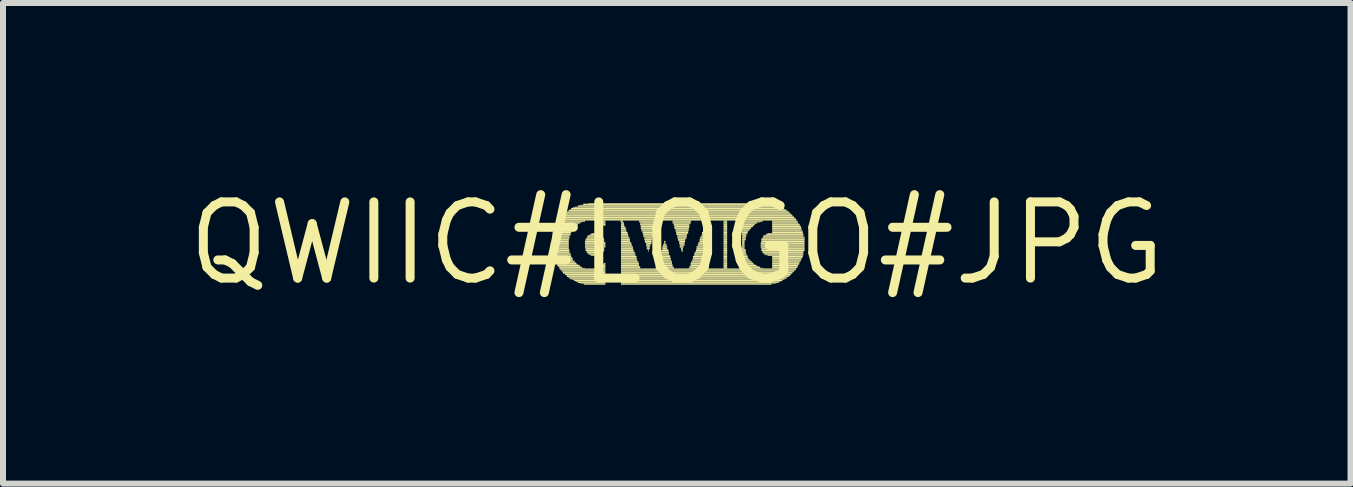
<source format=kicad_pcb>
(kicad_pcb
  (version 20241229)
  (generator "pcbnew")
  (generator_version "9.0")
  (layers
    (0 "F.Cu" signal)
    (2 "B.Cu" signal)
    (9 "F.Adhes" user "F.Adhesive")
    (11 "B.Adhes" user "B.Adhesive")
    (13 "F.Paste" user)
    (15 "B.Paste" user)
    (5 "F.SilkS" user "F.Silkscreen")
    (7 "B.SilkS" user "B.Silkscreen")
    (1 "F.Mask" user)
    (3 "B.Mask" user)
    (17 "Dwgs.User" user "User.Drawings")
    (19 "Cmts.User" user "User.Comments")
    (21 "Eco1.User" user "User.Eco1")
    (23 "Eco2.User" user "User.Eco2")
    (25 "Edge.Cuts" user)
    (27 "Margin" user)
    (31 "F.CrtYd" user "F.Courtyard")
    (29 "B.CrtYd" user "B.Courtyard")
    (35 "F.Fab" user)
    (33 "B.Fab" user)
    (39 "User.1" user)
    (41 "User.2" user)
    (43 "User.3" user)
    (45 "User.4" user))
  (footprint "QWIIC#LOGO#JPG"
    (layer "F.Cu")
    (at 8.232 1.006)
    (property "Reference" "QWIIC#LOGO#JPG" (at 0 0 0) (layer "F.SilkS") (effects (font (size 1.27 1.27) (thickness 0.15))))
    (fp_poly (pts (xy -2.1 0.01) (xy -1.8 0.01) (xy -1.8 -0.01) (xy -2.1 -0.01)) (stroke (width 0) (type default)) (fill yes) (layer "F.SilkS"))
    (fp_poly (pts (xy -2.1 0.02) (xy -1.8 0.02) (xy -1.8 0.01) (xy -2.1 0.01)) (stroke (width 0) (type default)) (fill yes) (layer "F.SilkS"))
    (fp_poly (pts (xy -2.1 0.04) (xy -1.8 0.04) (xy -1.8 0.02) (xy -2.1 0.02)) (stroke (width 0) (type default)) (fill yes) (layer "F.SilkS"))
    (fp_poly (pts (xy -2.08 -0.11) (xy -1.79 -0.11) (xy -1.79 -0.13) (xy -2.08 -0.13)) (stroke (width 0) (type default)) (fill yes) (layer "F.SilkS"))
    (fp_poly (pts (xy -2.08 -0.1) (xy -1.79 -0.1) (xy -1.79 -0.11) (xy -2.08 -0.11)) (stroke (width 0) (type default)) (fill yes) (layer "F.SilkS"))
    (fp_poly (pts (xy -2.08 -0.08) (xy -1.79 -0.08) (xy -1.79 -0.1) (xy -2.08 -0.1)) (stroke (width 0) (type default)) (fill yes) (layer "F.SilkS"))
    (fp_poly (pts (xy -2.08 -0.07) (xy -1.79 -0.07) (xy -1.79 -0.08) (xy -2.08 -0.08)) (stroke (width 0) (type default)) (fill yes) (layer "F.SilkS"))
    (fp_poly (pts (xy -2.08 -0.05) (xy -1.8 -0.05) (xy -1.8 -0.07) (xy -2.08 -0.07)) (stroke (width 0) (type default)) (fill yes) (layer "F.SilkS"))
    (fp_poly (pts (xy -2.08 -0.04) (xy -1.8 -0.04) (xy -1.8 -0.05) (xy -2.08 -0.05)) (stroke (width 0) (type default)) (fill yes) (layer "F.SilkS"))
    (fp_poly (pts (xy -2.08 -0.02) (xy -1.8 -0.02) (xy -1.8 -0.04) (xy -2.08 -0.04)) (stroke (width 0) (type default)) (fill yes) (layer "F.SilkS"))
    (fp_poly (pts (xy -2.08 -0.01) (xy -1.8 -0.01) (xy -1.8 -0.02) (xy -2.08 -0.02)) (stroke (width 0) (type default)) (fill yes) (layer "F.SilkS"))
    (fp_poly (pts (xy -2.08 0.05) (xy -1.8 0.05) (xy -1.8 0.04) (xy -2.08 0.04)) (stroke (width 0) (type default)) (fill yes) (layer "F.SilkS"))
    (fp_poly (pts (xy -2.08 0.07) (xy -1.8 0.07) (xy -1.8 0.05) (xy -2.08 0.05)) (stroke (width 0) (type default)) (fill yes) (layer "F.SilkS"))
    (fp_poly (pts (xy -2.08 0.08) (xy -1.8 0.08) (xy -1.8 0.07) (xy -2.08 0.07)) (stroke (width 0) (type default)) (fill yes) (layer "F.SilkS"))
    (fp_poly (pts (xy -2.08 0.1) (xy -1.8 0.1) (xy -1.8 0.08) (xy -2.08 0.08)) (stroke (width 0) (type default)) (fill yes) (layer "F.SilkS"))
    (fp_poly (pts (xy -2.08 0.11) (xy -1.79 0.11) (xy -1.79 0.1) (xy -2.08 0.1)) (stroke (width 0) (type default)) (fill yes) (layer "F.SilkS"))
    (fp_poly (pts (xy -2.08 0.13) (xy -1.79 0.13) (xy -1.79 0.11) (xy -2.08 0.11)) (stroke (width 0) (type default)) (fill yes) (layer "F.SilkS"))
    (fp_poly (pts (xy -2.08 0.14) (xy -1.79 0.14) (xy -1.79 0.13) (xy -2.08 0.13)) (stroke (width 0) (type default)) (fill yes) (layer "F.SilkS"))
    (fp_poly (pts (xy -2.08 0.16) (xy -1.79 0.16) (xy -1.79 0.14) (xy -2.08 0.14)) (stroke (width 0) (type default)) (fill yes) (layer "F.SilkS"))
    (fp_poly (pts (xy -2.07 -0.17) (xy -1.76 -0.17) (xy -1.76 -0.19) (xy -2.07 -0.19)) (stroke (width 0) (type default)) (fill yes) (layer "F.SilkS"))
    (fp_poly (pts (xy -2.07 -0.16) (xy -1.77 -0.16) (xy -1.77 -0.17) (xy -2.07 -0.17)) (stroke (width 0) (type default)) (fill yes) (layer "F.SilkS"))
    (fp_poly (pts (xy -2.07 -0.14) (xy -1.77 -0.14) (xy -1.77 -0.16) (xy -2.07 -0.16)) (stroke (width 0) (type default)) (fill yes) (layer "F.SilkS"))
    (fp_poly (pts (xy -2.07 -0.13) (xy -1.77 -0.13) (xy -1.77 -0.14) (xy -2.07 -0.14)) (stroke (width 0) (type default)) (fill yes) (layer "F.SilkS"))
    (fp_poly (pts (xy -2.07 0.17) (xy -1.77 0.17) (xy -1.77 0.16) (xy -2.07 0.16)) (stroke (width 0) (type default)) (fill yes) (layer "F.SilkS"))
    (fp_poly (pts (xy -2.07 0.19) (xy -1.77 0.19) (xy -1.77 0.17) (xy -2.07 0.17)) (stroke (width 0) (type default)) (fill yes) (layer "F.SilkS"))
    (fp_poly (pts (xy -2.07 0.2) (xy -1.77 0.2) (xy -1.77 0.19) (xy -2.07 0.19)) (stroke (width 0) (type default)) (fill yes) (layer "F.SilkS"))
    (fp_poly (pts (xy -2.07 0.21) (xy -1.76 0.21) (xy -1.76 0.2) (xy -2.07 0.2)) (stroke (width 0) (type default)) (fill yes) (layer "F.SilkS"))
    (fp_poly (pts (xy -2.05 -0.21) (xy -1.74 -0.21) (xy -1.74 -0.23) (xy -2.05 -0.23)) (stroke (width 0) (type default)) (fill yes) (layer "F.SilkS"))
    (fp_poly (pts (xy -2.05 -0.2) (xy -1.74 -0.2) (xy -1.74 -0.21) (xy -2.05 -0.21)) (stroke (width 0) (type default)) (fill yes) (layer "F.SilkS"))
    (fp_poly (pts (xy -2.05 -0.19) (xy -1.76 -0.19) (xy -1.76 -0.2) (xy -2.05 -0.2)) (stroke (width 0) (type default)) (fill yes) (layer "F.SilkS"))
    (fp_poly (pts (xy -2.05 0.23) (xy -1.76 0.23) (xy -1.76 0.21) (xy -2.05 0.21)) (stroke (width 0) (type default)) (fill yes) (layer "F.SilkS"))
    (fp_poly (pts (xy -2.05 0.24) (xy -1.74 0.24) (xy -1.74 0.23) (xy -2.05 0.23)) (stroke (width 0) (type default)) (fill yes) (layer "F.SilkS"))
    (fp_poly (pts (xy -2.05 0.26) (xy -1.74 0.26) (xy -1.74 0.24) (xy -2.05 0.24)) (stroke (width 0) (type default)) (fill yes) (layer "F.SilkS"))
    (fp_poly (pts (xy -2.04 -0.26) (xy -1.71 -0.26) (xy -1.71 -0.27) (xy -2.04 -0.27)) (stroke (width 0) (type default)) (fill yes) (layer "F.SilkS"))
    (fp_poly (pts (xy -2.04 -0.24) (xy -1.71 -0.24) (xy -1.71 -0.26) (xy -2.04 -0.26)) (stroke (width 0) (type default)) (fill yes) (layer "F.SilkS"))
    (fp_poly (pts (xy -2.04 -0.23) (xy -1.73 -0.23) (xy -1.73 -0.24) (xy -2.04 -0.24)) (stroke (width 0) (type default)) (fill yes) (layer "F.SilkS"))
    (fp_poly (pts (xy -2.04 0.27) (xy -1.73 0.27) (xy -1.73 0.26) (xy -2.04 0.26)) (stroke (width 0) (type default)) (fill yes) (layer "F.SilkS"))
    (fp_poly (pts (xy -2.04 0.29) (xy -1.73 0.29) (xy -1.73 0.27) (xy -2.04 0.27)) (stroke (width 0) (type default)) (fill yes) (layer "F.SilkS"))
    (fp_poly (pts (xy -2.02 -0.29) (xy -1.68 -0.29) (xy -1.68 -0.3) (xy -2.02 -0.3)) (stroke (width 0) (type default)) (fill yes) (layer "F.SilkS"))
    (fp_poly (pts (xy -2.02 -0.27) (xy -1.7 -0.27) (xy -1.7 -0.29) (xy -2.02 -0.29)) (stroke (width 0) (type default)) (fill yes) (layer "F.SilkS"))
    (fp_poly (pts (xy -2.02 0.3) (xy -1.71 0.3) (xy -1.71 0.29) (xy -2.02 0.29)) (stroke (width 0) (type default)) (fill yes) (layer "F.SilkS"))
    (fp_poly (pts (xy -2.02 0.32) (xy -1.7 0.32) (xy -1.7 0.3) (xy -2.02 0.3)) (stroke (width 0) (type default)) (fill yes) (layer "F.SilkS"))
    (fp_poly (pts (xy -2.01 -0.32) (xy -1.64 -0.32) (xy -1.64 -0.33) (xy -2.01 -0.33)) (stroke (width 0) (type default)) (fill yes) (layer "F.SilkS"))
    (fp_poly (pts (xy -2.01 -0.3) (xy -1.65 -0.3) (xy -1.65 -0.32) (xy -2.01 -0.32)) (stroke (width 0) (type default)) (fill yes) (layer "F.SilkS"))
    (fp_poly (pts (xy -2.01 0.33) (xy -1.68 0.33) (xy -1.68 0.32) (xy -2.01 0.32)) (stroke (width 0) (type default)) (fill yes) (layer "F.SilkS"))
    (fp_poly (pts (xy -2.01 0.35) (xy -1.67 0.35) (xy -1.67 0.33) (xy -2.01 0.33)) (stroke (width 0) (type default)) (fill yes) (layer "F.SilkS"))
    (fp_poly (pts (xy -1.99 -0.33) (xy -1.61 -0.33) (xy -1.61 -0.35) (xy -1.99 -0.35)) (stroke (width 0) (type default)) (fill yes) (layer "F.SilkS"))
    (fp_poly (pts (xy -1.99 0.36) (xy -1.65 0.36) (xy -1.65 0.35) (xy -1.99 0.35)) (stroke (width 0) (type default)) (fill yes) (layer "F.SilkS"))
    (fp_poly (pts (xy -1.99 0.38) (xy -1.62 0.38) (xy -1.62 0.36) (xy -1.99 0.36)) (stroke (width 0) (type default)) (fill yes) (layer "F.SilkS"))
    (fp_poly (pts (xy -1.98 -0.36) (xy -1.53 -0.36) (xy -1.53 -0.38) (xy -1.98 -0.38)) (stroke (width 0) (type default)) (fill yes) (layer "F.SilkS"))
    (fp_poly (pts (xy -1.98 -0.35) (xy -1.58 -0.35) (xy -1.58 -0.36) (xy -1.98 -0.36)) (stroke (width 0) (type default)) (fill yes) (layer "F.SilkS"))
    (fp_poly (pts (xy -1.98 0.39) (xy -1.61 0.39) (xy -1.61 0.38) (xy -1.98 0.38)) (stroke (width 0) (type default)) (fill yes) (layer "F.SilkS"))
    (fp_poly (pts (xy -1.96 -0.38) (xy 1.99 -0.38) (xy 1.99 -0.39) (xy -1.96 -0.39)) (stroke (width 0) (type default)) (fill yes) (layer "F.SilkS"))
    (fp_poly (pts (xy -1.96 0.41) (xy -1.58 0.41) (xy -1.58 0.39) (xy -1.96 0.39)) (stroke (width 0) (type default)) (fill yes) (layer "F.SilkS"))
    (fp_poly (pts (xy -1.96 0.42) (xy -1.53 0.42) (xy -1.53 0.41) (xy -1.96 0.41)) (stroke (width 0) (type default)) (fill yes) (layer "F.SilkS"))
    (fp_poly (pts (xy -1.95 -0.39) (xy 1.99 -0.39) (xy 1.99 -0.41) (xy -1.95 -0.41)) (stroke (width 0) (type default)) (fill yes) (layer "F.SilkS"))
    (fp_poly (pts (xy -1.95 0.44) (xy -1.19 0.44) (xy -1.19 0.42) (xy -1.95 0.42)) (stroke (width 0) (type default)) (fill yes) (layer "F.SilkS"))
    (fp_poly (pts (xy -1.93 -0.42) (xy 1.96 -0.42) (xy 1.96 -0.44) (xy -1.93 -0.44)) (stroke (width 0) (type default)) (fill yes) (layer "F.SilkS"))
    (fp_poly (pts (xy -1.93 -0.41) (xy 1.98 -0.41) (xy 1.98 -0.42) (xy -1.93 -0.42)) (stroke (width 0) (type default)) (fill yes) (layer "F.SilkS"))
    (fp_poly (pts (xy -1.93 0.45) (xy -1.19 0.45) (xy -1.19 0.44) (xy -1.93 0.44)) (stroke (width 0) (type default)) (fill yes) (layer "F.SilkS"))
    (fp_poly (pts (xy -1.92 -0.44) (xy 1.95 -0.44) (xy 1.95 -0.45) (xy -1.92 -0.45)) (stroke (width 0) (type default)) (fill yes) (layer "F.SilkS"))
    (fp_poly (pts (xy -1.92 0.47) (xy -1.19 0.47) (xy -1.19 0.45) (xy -1.92 0.45)) (stroke (width 0) (type default)) (fill yes) (layer "F.SilkS"))
    (fp_poly (pts (xy -1.9 -0.45) (xy 1.93 -0.45) (xy 1.93 -0.47) (xy -1.9 -0.47)) (stroke (width 0) (type default)) (fill yes) (layer "F.SilkS"))
    (fp_poly (pts (xy -1.9 0.48) (xy -1.19 0.48) (xy -1.19 0.47) (xy -1.9 0.47)) (stroke (width 0) (type default)) (fill yes) (layer "F.SilkS"))
    (fp_poly (pts (xy -1.9 0.5) (xy -1.19 0.5) (xy -1.19 0.48) (xy -1.9 0.48)) (stroke (width 0) (type default)) (fill yes) (layer "F.SilkS"))
    (fp_poly (pts (xy -1.89 -0.47) (xy 1.92 -0.47) (xy 1.92 -0.48) (xy -1.89 -0.48)) (stroke (width 0) (type default)) (fill yes) (layer "F.SilkS"))
    (fp_poly (pts (xy -1.89 0.51) (xy -1.19 0.51) (xy -1.19 0.5) (xy -1.89 0.5)) (stroke (width 0) (type default)) (fill yes) (layer "F.SilkS"))
    (fp_poly (pts (xy -1.87 -0.48) (xy 1.9 -0.48) (xy 1.9 -0.5) (xy -1.87 -0.5)) (stroke (width 0) (type default)) (fill yes) (layer "F.SilkS"))
    (fp_poly (pts (xy -1.86 -0.5) (xy 1.89 -0.5) (xy 1.89 -0.51) (xy -1.86 -0.51)) (stroke (width 0) (type default)) (fill yes) (layer "F.SilkS"))
    (fp_poly (pts (xy -1.86 0.53) (xy -1.19 0.53) (xy -1.19 0.51) (xy -1.86 0.51)) (stroke (width 0) (type default)) (fill yes) (layer "F.SilkS"))
    (fp_poly (pts (xy -1.84 0.54) (xy -1.19 0.54) (xy -1.19 0.53) (xy -1.84 0.53)) (stroke (width 0) (type default)) (fill yes) (layer "F.SilkS"))
    (fp_poly (pts (xy -1.83 -0.51) (xy 1.87 -0.51) (xy 1.87 -0.53) (xy -1.83 -0.53)) (stroke (width 0) (type default)) (fill yes) (layer "F.SilkS"))
    (fp_poly (pts (xy -1.83 0.56) (xy -1.19 0.56) (xy -1.19 0.54) (xy -1.83 0.54)) (stroke (width 0) (type default)) (fill yes) (layer "F.SilkS"))
    (fp_poly (pts (xy -1.81 -0.53) (xy 1.86 -0.53) (xy 1.86 -0.54) (xy -1.81 -0.54)) (stroke (width 0) (type default)) (fill yes) (layer "F.SilkS"))
    (fp_poly (pts (xy -1.81 0.57) (xy -1.19 0.57) (xy -1.19 0.56) (xy -1.81 0.56)) (stroke (width 0) (type default)) (fill yes) (layer "F.SilkS"))
    (fp_poly (pts (xy -1.8 -0.54) (xy 1.83 -0.54) (xy 1.83 -0.56) (xy -1.8 -0.56)) (stroke (width 0) (type default)) (fill yes) (layer "F.SilkS"))
    (fp_poly (pts (xy -1.79 0.59) (xy -1.19 0.59) (xy -1.19 0.57) (xy -1.79 0.57)) (stroke (width 0) (type default)) (fill yes) (layer "F.SilkS"))
    (fp_poly (pts (xy -1.77 -0.56) (xy 1.81 -0.56) (xy 1.81 -0.57) (xy -1.77 -0.57)) (stroke (width 0) (type default)) (fill yes) (layer "F.SilkS"))
    (fp_poly (pts (xy -1.77 0.6) (xy -1.19 0.6) (xy -1.19 0.59) (xy -1.77 0.59)) (stroke (width 0) (type default)) (fill yes) (layer "F.SilkS"))
    (fp_poly (pts (xy -1.76 -0.57) (xy 1.79 -0.57) (xy 1.79 -0.59) (xy -1.76 -0.59)) (stroke (width 0) (type default)) (fill yes) (layer "F.SilkS"))
    (fp_poly (pts (xy -1.74 0.61) (xy -1.19 0.61) (xy -1.19 0.6) (xy -1.74 0.6)) (stroke (width 0) (type default)) (fill yes) (layer "F.SilkS"))
    (fp_poly (pts (xy -1.73 -0.59) (xy 1.76 -0.59) (xy 1.76 -0.6) (xy -1.73 -0.6)) (stroke (width 0) (type default)) (fill yes) (layer "F.SilkS"))
    (fp_poly (pts (xy -1.71 0.63) (xy -1.19 0.63) (xy -1.19 0.61) (xy -1.71 0.61)) (stroke (width 0) (type default)) (fill yes) (layer "F.SilkS"))
    (fp_poly (pts (xy -1.7 -0.6) (xy 1.73 -0.6) (xy 1.73 -0.61) (xy -1.7 -0.61)) (stroke (width 0) (type default)) (fill yes) (layer "F.SilkS"))
    (fp_poly (pts (xy -1.68 0.64) (xy -1.19 0.64) (xy -1.19 0.63) (xy -1.68 0.63)) (stroke (width 0) (type default)) (fill yes) (layer "F.SilkS"))
    (fp_poly (pts (xy -1.65 -0.61) (xy 1.7 -0.61) (xy 1.7 -0.63) (xy -1.65 -0.63)) (stroke (width 0) (type default)) (fill yes) (layer "F.SilkS"))
    (fp_poly (pts (xy -1.65 0.66) (xy -1.19 0.66) (xy -1.19 0.64) (xy -1.65 0.64)) (stroke (width 0) (type default)) (fill yes) (layer "F.SilkS"))
    (fp_poly (pts (xy -1.62 -0.63) (xy 1.65 -0.63) (xy 1.65 -0.64) (xy -1.62 -0.64)) (stroke (width 0) (type default)) (fill yes) (layer "F.SilkS"))
    (fp_poly (pts (xy -1.61 0.67) (xy -1.19 0.67) (xy -1.19 0.66) (xy -1.61 0.66)) (stroke (width 0) (type default)) (fill yes) (layer "F.SilkS"))
    (fp_poly (pts (xy -1.56 -0.64) (xy 1.61 -0.64) (xy 1.61 -0.66) (xy -1.56 -0.66)) (stroke (width 0) (type default)) (fill yes) (layer "F.SilkS"))
    (fp_poly (pts (xy -1.55 0.69) (xy -1.19 0.69) (xy -1.19 0.67) (xy -1.55 0.67)) (stroke (width 0) (type default)) (fill yes) (layer "F.SilkS"))
    (fp_poly (pts (xy -1.53 -0.02) (xy -1.21 -0.02) (xy -1.21 -0.04) (xy -1.53 -0.04)) (stroke (width 0) (type default)) (fill yes) (layer "F.SilkS"))
    (fp_poly (pts (xy -1.53 -0.01) (xy -1.19 -0.01) (xy -1.19 -0.02) (xy -1.53 -0.02)) (stroke (width 0) (type default)) (fill yes) (layer "F.SilkS"))
    (fp_poly (pts (xy -1.53 0.01) (xy -1.19 0.01) (xy -1.19 -0.01) (xy -1.53 -0.01)) (stroke (width 0) (type default)) (fill yes) (layer "F.SilkS"))
    (fp_poly (pts (xy -1.53 0.02) (xy -1.19 0.02) (xy -1.19 0.01) (xy -1.53 0.01)) (stroke (width 0) (type default)) (fill yes) (layer "F.SilkS"))
    (fp_poly (pts (xy -1.53 0.04) (xy -1.19 0.04) (xy -1.19 0.02) (xy -1.53 0.02)) (stroke (width 0) (type default)) (fill yes) (layer "F.SilkS"))
    (fp_poly (pts (xy -1.53 0.05) (xy -1.19 0.05) (xy -1.19 0.04) (xy -1.53 0.04)) (stroke (width 0) (type default)) (fill yes) (layer "F.SilkS"))
    (fp_poly (pts (xy -1.53 0.07) (xy -1.19 0.07) (xy -1.19 0.05) (xy -1.53 0.05)) (stroke (width 0) (type default)) (fill yes) (layer "F.SilkS"))
    (fp_poly (pts (xy -1.53 0.08) (xy -1.21 0.08) (xy -1.21 0.07) (xy -1.53 0.07)) (stroke (width 0) (type default)) (fill yes) (layer "F.SilkS"))
    (fp_poly (pts (xy -1.52 -0.07) (xy -1.22 -0.07) (xy -1.22 -0.08) (xy -1.52 -0.08)) (stroke (width 0) (type default)) (fill yes) (layer "F.SilkS"))
    (fp_poly (pts (xy -1.52 -0.05) (xy -1.21 -0.05) (xy -1.21 -0.07) (xy -1.52 -0.07)) (stroke (width 0) (type default)) (fill yes) (layer "F.SilkS"))
    (fp_poly (pts (xy -1.52 -0.04) (xy -1.21 -0.04) (xy -1.21 -0.05) (xy -1.52 -0.05)) (stroke (width 0) (type default)) (fill yes) (layer "F.SilkS"))
    (fp_poly (pts (xy -1.52 0.1) (xy -1.21 0.1) (xy -1.21 0.08) (xy -1.52 0.08)) (stroke (width 0) (type default)) (fill yes) (layer "F.SilkS"))
    (fp_poly (pts (xy -1.52 0.11) (xy -1.21 0.11) (xy -1.21 0.1) (xy -1.52 0.1)) (stroke (width 0) (type default)) (fill yes) (layer "F.SilkS"))
    (fp_poly (pts (xy -1.52 0.13) (xy -1.21 0.13) (xy -1.21 0.11) (xy -1.52 0.11)) (stroke (width 0) (type default)) (fill yes) (layer "F.SilkS"))
    (fp_poly (pts (xy -1.5 -0.08) (xy -1.22 -0.08) (xy -1.22 -0.1) (xy -1.5 -0.1)) (stroke (width 0) (type default)) (fill yes) (layer "F.SilkS"))
    (fp_poly (pts (xy -1.5 0.14) (xy -1.22 0.14) (xy -1.22 0.13) (xy -1.5 0.13)) (stroke (width 0) (type default)) (fill yes) (layer "F.SilkS"))
    (fp_poly (pts (xy -1.5 0.16) (xy -1.24 0.16) (xy -1.24 0.14) (xy -1.5 0.14)) (stroke (width 0) (type default)) (fill yes) (layer "F.SilkS"))
    (fp_poly (pts (xy -1.49 -0.11) (xy -1.24 -0.11) (xy -1.24 -0.13) (xy -1.49 -0.13)) (stroke (width 0) (type default)) (fill yes) (layer "F.SilkS"))
    (fp_poly (pts (xy -1.49 -0.1) (xy -1.24 -0.1) (xy -1.24 -0.11) (xy -1.49 -0.11)) (stroke (width 0) (type default)) (fill yes) (layer "F.SilkS"))
    (fp_poly (pts (xy -1.49 0.17) (xy -1.24 0.17) (xy -1.24 0.16) (xy -1.49 0.16)) (stroke (width 0) (type default)) (fill yes) (layer "F.SilkS"))
    (fp_poly (pts (xy -1.47 -0.66) (xy 1.52 -0.66) (xy 1.52 -0.67) (xy -1.47 -0.67)) (stroke (width 0) (type default)) (fill yes) (layer "F.SilkS"))
    (fp_poly (pts (xy -1.47 -0.13) (xy -1.27 -0.13) (xy -1.27 -0.14) (xy -1.47 -0.14)) (stroke (width 0) (type default)) (fill yes) (layer "F.SilkS"))
    (fp_poly (pts (xy -1.47 0.19) (xy -1.25 0.19) (xy -1.25 0.17) (xy -1.47 0.17)) (stroke (width 0) (type default)) (fill yes) (layer "F.SilkS"))
    (fp_poly (pts (xy -1.44 -0.14) (xy -1.28 -0.14) (xy -1.28 -0.16) (xy -1.44 -0.16)) (stroke (width 0) (type default)) (fill yes) (layer "F.SilkS"))
    (fp_poly (pts (xy -1.44 0.2) (xy -1.28 0.2) (xy -1.28 0.19) (xy -1.44 0.19)) (stroke (width 0) (type default)) (fill yes) (layer "F.SilkS"))
    (fp_poly (pts (xy -1.43 0.21) (xy -1.3 0.21) (xy -1.3 0.2) (xy -1.43 0.2)) (stroke (width 0) (type default)) (fill yes) (layer "F.SilkS"))
    (fp_poly (pts (xy -1.41 -0.16) (xy -1.31 -0.16) (xy -1.31 -0.17) (xy -1.41 -0.17)) (stroke (width 0) (type default)) (fill yes) (layer "F.SilkS"))
    (fp_poly (pts (xy -1.34 -0.36) (xy -1.19 -0.36) (xy -1.19 -0.38) (xy -1.34 -0.38)) (stroke (width 0) (type default)) (fill yes) (layer "F.SilkS"))
    (fp_poly (pts (xy -1.34 0.42) (xy -1.19 0.42) (xy -1.19 0.41) (xy -1.34 0.41)) (stroke (width 0) (type default)) (fill yes) (layer "F.SilkS"))
    (fp_poly (pts (xy -1.3 -0.35) (xy -1.19 -0.35) (xy -1.19 -0.36) (xy -1.3 -0.36)) (stroke (width 0) (type default)) (fill yes) (layer "F.SilkS"))
    (fp_poly (pts (xy -1.3 0.41) (xy -1.19 0.41) (xy -1.19 0.39) (xy -1.3 0.39)) (stroke (width 0) (type default)) (fill yes) (layer "F.SilkS"))
    (fp_poly (pts (xy -1.27 -0.33) (xy -1.19 -0.33) (xy -1.19 -0.35) (xy -1.27 -0.35)) (stroke (width 0) (type default)) (fill yes) (layer "F.SilkS"))
    (fp_poly (pts (xy -1.27 0.39) (xy -1.19 0.39) (xy -1.19 0.38) (xy -1.27 0.38)) (stroke (width 0) (type default)) (fill yes) (layer "F.SilkS"))
    (fp_poly (pts (xy -1.25 -0.32) (xy -1.19 -0.32) (xy -1.19 -0.33) (xy -1.25 -0.33)) (stroke (width 0) (type default)) (fill yes) (layer "F.SilkS"))
    (fp_poly (pts (xy -1.25 0.38) (xy -1.19 0.38) (xy -1.19 0.36) (xy -1.25 0.36)) (stroke (width 0) (type default)) (fill yes) (layer "F.SilkS"))
    (fp_poly (pts (xy -1.24 -0.3) (xy -1.19 -0.3) (xy -1.19 -0.32) (xy -1.24 -0.32)) (stroke (width 0) (type default)) (fill yes) (layer "F.SilkS"))
    (fp_poly (pts (xy -1.24 0.36) (xy -1.19 0.36) (xy -1.19 0.35) (xy -1.24 0.35)) (stroke (width 0) (type default)) (fill yes) (layer "F.SilkS"))
    (fp_poly (pts (xy -1.22 0.35) (xy -1.19 0.35) (xy -1.19 0.33) (xy -1.22 0.33)) (stroke (width 0) (type default)) (fill yes) (layer "F.SilkS"))
    (fp_poly (pts (xy -1.21 -0.29) (xy -1.19 -0.29) (xy -1.19 -0.3) (xy -1.21 -0.3)) (stroke (width 0) (type default)) (fill yes) (layer "F.SilkS"))
    (fp_poly (pts (xy -0.94 -0.36) (xy -0.9 -0.36) (xy -0.9 -0.38) (xy -0.94 -0.38)) (stroke (width 0) (type default)) (fill yes) (layer "F.SilkS"))
    (fp_poly (pts (xy -0.93 -0.35) (xy -0.9 -0.35) (xy -0.9 -0.36) (xy -0.93 -0.36)) (stroke (width 0) (type default)) (fill yes) (layer "F.SilkS"))
    (fp_poly (pts (xy -0.93 -0.33) (xy -0.88 -0.33) (xy -0.88 -0.35) (xy -0.93 -0.35)) (stroke (width 0) (type default)) (fill yes) (layer "F.SilkS"))
    (fp_poly (pts (xy -0.93 -0.32) (xy -0.88 -0.32) (xy -0.88 -0.33) (xy -0.93 -0.33)) (stroke (width 0) (type default)) (fill yes) (layer "F.SilkS"))
    (fp_poly (pts (xy -0.93 -0.3) (xy -0.88 -0.3) (xy -0.88 -0.32) (xy -0.93 -0.32)) (stroke (width 0) (type default)) (fill yes) (layer "F.SilkS"))
    (fp_poly (pts (xy -0.93 -0.29) (xy -0.87 -0.29) (xy -0.87 -0.3) (xy -0.93 -0.3)) (stroke (width 0) (type default)) (fill yes) (layer "F.SilkS"))
    (fp_poly (pts (xy -0.93 -0.27) (xy -0.87 -0.27) (xy -0.87 -0.29) (xy -0.93 -0.29)) (stroke (width 0) (type default)) (fill yes) (layer "F.SilkS"))
    (fp_poly (pts (xy -0.93 -0.26) (xy -0.85 -0.26) (xy -0.85 -0.27) (xy -0.93 -0.27)) (stroke (width 0) (type default)) (fill yes) (layer "F.SilkS"))
    (fp_poly (pts (xy -0.93 -0.24) (xy -0.85 -0.24) (xy -0.85 -0.26) (xy -0.93 -0.26)) (stroke (width 0) (type default)) (fill yes) (layer "F.SilkS"))
    (fp_poly (pts (xy -0.93 -0.23) (xy -0.85 -0.23) (xy -0.85 -0.24) (xy -0.93 -0.24)) (stroke (width 0) (type default)) (fill yes) (layer "F.SilkS"))
    (fp_poly (pts (xy -0.93 -0.21) (xy -0.84 -0.21) (xy -0.84 -0.23) (xy -0.93 -0.23)) (stroke (width 0) (type default)) (fill yes) (layer "F.SilkS"))
    (fp_poly (pts (xy -0.93 -0.2) (xy -0.84 -0.2) (xy -0.84 -0.21) (xy -0.93 -0.21)) (stroke (width 0) (type default)) (fill yes) (layer "F.SilkS"))
    (fp_poly (pts (xy -0.93 -0.19) (xy -0.84 -0.19) (xy -0.84 -0.2) (xy -0.93 -0.2)) (stroke (width 0) (type default)) (fill yes) (layer "F.SilkS"))
    (fp_poly (pts (xy -0.93 -0.17) (xy -0.82 -0.17) (xy -0.82 -0.19) (xy -0.93 -0.19)) (stroke (width 0) (type default)) (fill yes) (layer "F.SilkS"))
    (fp_poly (pts (xy -0.93 -0.16) (xy -0.82 -0.16) (xy -0.82 -0.17) (xy -0.93 -0.17)) (stroke (width 0) (type default)) (fill yes) (layer "F.SilkS"))
    (fp_poly (pts (xy -0.93 -0.14) (xy -0.81 -0.14) (xy -0.81 -0.16) (xy -0.93 -0.16)) (stroke (width 0) (type default)) (fill yes) (layer "F.SilkS"))
    (fp_poly (pts (xy -0.93 -0.13) (xy -0.81 -0.13) (xy -0.81 -0.14) (xy -0.93 -0.14)) (stroke (width 0) (type default)) (fill yes) (layer "F.SilkS"))
    (fp_poly (pts (xy -0.93 -0.11) (xy -0.81 -0.11) (xy -0.81 -0.13) (xy -0.93 -0.13)) (stroke (width 0) (type default)) (fill yes) (layer "F.SilkS"))
    (fp_poly (pts (xy -0.93 -0.1) (xy -0.79 -0.1) (xy -0.79 -0.11) (xy -0.93 -0.11)) (stroke (width 0) (type default)) (fill yes) (layer "F.SilkS"))
    (fp_poly (pts (xy -0.93 -0.08) (xy -0.79 -0.08) (xy -0.79 -0.1) (xy -0.93 -0.1)) (stroke (width 0) (type default)) (fill yes) (layer "F.SilkS"))
    (fp_poly (pts (xy -0.93 -0.07) (xy -0.79 -0.07) (xy -0.79 -0.08) (xy -0.93 -0.08)) (stroke (width 0) (type default)) (fill yes) (layer "F.SilkS"))
    (fp_poly (pts (xy -0.93 -0.05) (xy -0.78 -0.05) (xy -0.78 -0.07) (xy -0.93 -0.07)) (stroke (width 0) (type default)) (fill yes) (layer "F.SilkS"))
    (fp_poly (pts (xy -0.93 -0.04) (xy -0.78 -0.04) (xy -0.78 -0.05) (xy -0.93 -0.05)) (stroke (width 0) (type default)) (fill yes) (layer "F.SilkS"))
    (fp_poly (pts (xy -0.93 -0.02) (xy -0.78 -0.02) (xy -0.78 -0.04) (xy -0.93 -0.04)) (stroke (width 0) (type default)) (fill yes) (layer "F.SilkS"))
    (fp_poly (pts (xy -0.93 -0.01) (xy -0.76 -0.01) (xy -0.76 -0.02) (xy -0.93 -0.02)) (stroke (width 0) (type default)) (fill yes) (layer "F.SilkS"))
    (fp_poly (pts (xy -0.93 0.01) (xy -0.76 0.01) (xy -0.76 -0.01) (xy -0.93 -0.01)) (stroke (width 0) (type default)) (fill yes) (layer "F.SilkS"))
    (fp_poly (pts (xy -0.93 0.02) (xy -0.75 0.02) (xy -0.75 0.01) (xy -0.93 0.01)) (stroke (width 0) (type default)) (fill yes) (layer "F.SilkS"))
    (fp_poly (pts (xy -0.93 0.04) (xy -0.75 0.04) (xy -0.75 0.02) (xy -0.93 0.02)) (stroke (width 0) (type default)) (fill yes) (layer "F.SilkS"))
    (fp_poly (pts (xy -0.93 0.05) (xy -0.75 0.05) (xy -0.75 0.04) (xy -0.93 0.04)) (stroke (width 0) (type default)) (fill yes) (layer "F.SilkS"))
    (fp_poly (pts (xy -0.93 0.07) (xy -0.73 0.07) (xy -0.73 0.05) (xy -0.93 0.05)) (stroke (width 0) (type default)) (fill yes) (layer "F.SilkS"))
    (fp_poly (pts (xy -0.93 0.08) (xy -0.73 0.08) (xy -0.73 0.07) (xy -0.93 0.07)) (stroke (width 0) (type default)) (fill yes) (layer "F.SilkS"))
    (fp_poly (pts (xy -0.93 0.1) (xy -0.73 0.1) (xy -0.73 0.08) (xy -0.93 0.08)) (stroke (width 0) (type default)) (fill yes) (layer "F.SilkS"))
    (fp_poly (pts (xy -0.93 0.11) (xy -0.72 0.11) (xy -0.72 0.1) (xy -0.93 0.1)) (stroke (width 0) (type default)) (fill yes) (layer "F.SilkS"))
    (fp_poly (pts (xy -0.93 0.13) (xy -0.72 0.13) (xy -0.72 0.11) (xy -0.93 0.11)) (stroke (width 0) (type default)) (fill yes) (layer "F.SilkS"))
    (fp_poly (pts (xy -0.93 0.14) (xy -0.72 0.14) (xy -0.72 0.13) (xy -0.93 0.13)) (stroke (width 0) (type default)) (fill yes) (layer "F.SilkS"))
    (fp_poly (pts (xy -0.93 0.16) (xy -0.7 0.16) (xy -0.7 0.14) (xy -0.93 0.14)) (stroke (width 0) (type default)) (fill yes) (layer "F.SilkS"))
    (fp_poly (pts (xy -0.93 0.17) (xy -0.7 0.17) (xy -0.7 0.16) (xy -0.93 0.16)) (stroke (width 0) (type default)) (fill yes) (layer "F.SilkS"))
    (fp_poly (pts (xy -0.93 0.19) (xy -0.69 0.19) (xy -0.69 0.17) (xy -0.93 0.17)) (stroke (width 0) (type default)) (fill yes) (layer "F.SilkS"))
    (fp_poly (pts (xy -0.93 0.2) (xy -0.69 0.2) (xy -0.69 0.19) (xy -0.93 0.19)) (stroke (width 0) (type default)) (fill yes) (layer "F.SilkS"))
    (fp_poly (pts (xy -0.93 0.21) (xy -0.69 0.21) (xy -0.69 0.2) (xy -0.93 0.2)) (stroke (width 0) (type default)) (fill yes) (layer "F.SilkS"))
    (fp_poly (pts (xy -0.93 0.23) (xy -0.67 0.23) (xy -0.67 0.21) (xy -0.93 0.21)) (stroke (width 0) (type default)) (fill yes) (layer "F.SilkS"))
    (fp_poly (pts (xy -0.93 0.24) (xy -0.67 0.24) (xy -0.67 0.23) (xy -0.93 0.23)) (stroke (width 0) (type default)) (fill yes) (layer "F.SilkS"))
    (fp_poly (pts (xy -0.93 0.26) (xy -0.67 0.26) (xy -0.67 0.24) (xy -0.93 0.24)) (stroke (width 0) (type default)) (fill yes) (layer "F.SilkS"))
    (fp_poly (pts (xy -0.93 0.27) (xy -0.66 0.27) (xy -0.66 0.26) (xy -0.93 0.26)) (stroke (width 0) (type default)) (fill yes) (layer "F.SilkS"))
    (fp_poly (pts (xy -0.93 0.29) (xy -0.66 0.29) (xy -0.66 0.27) (xy -0.93 0.27)) (stroke (width 0) (type default)) (fill yes) (layer "F.SilkS"))
    (fp_poly (pts (xy -0.93 0.3) (xy -0.66 0.3) (xy -0.66 0.29) (xy -0.93 0.29)) (stroke (width 0) (type default)) (fill yes) (layer "F.SilkS"))
    (fp_poly (pts (xy -0.93 0.32) (xy -0.64 0.32) (xy -0.64 0.3) (xy -0.93 0.3)) (stroke (width 0) (type default)) (fill yes) (layer "F.SilkS"))
    (fp_poly (pts (xy -0.93 0.33) (xy -0.64 0.33) (xy -0.64 0.32) (xy -0.93 0.32)) (stroke (width 0) (type default)) (fill yes) (layer "F.SilkS"))
    (fp_poly (pts (xy -0.93 0.35) (xy -0.63 0.35) (xy -0.63 0.33) (xy -0.93 0.33)) (stroke (width 0) (type default)) (fill yes) (layer "F.SilkS"))
    (fp_poly (pts (xy -0.93 0.36) (xy -0.63 0.36) (xy -0.63 0.35) (xy -0.93 0.35)) (stroke (width 0) (type default)) (fill yes) (layer "F.SilkS"))
    (fp_poly (pts (xy -0.93 0.38) (xy -0.63 0.38) (xy -0.63 0.36) (xy -0.93 0.36)) (stroke (width 0) (type default)) (fill yes) (layer "F.SilkS"))
    (fp_poly (pts (xy -0.93 0.39) (xy -0.61 0.39) (xy -0.61 0.38) (xy -0.93 0.38)) (stroke (width 0) (type default)) (fill yes) (layer "F.SilkS"))
    (fp_poly (pts (xy -0.93 0.41) (xy -0.61 0.41) (xy -0.61 0.39) (xy -0.93 0.39)) (stroke (width 0) (type default)) (fill yes) (layer "F.SilkS"))
    (fp_poly (pts (xy -0.93 0.42) (xy -0.61 0.42) (xy -0.61 0.41) (xy -0.93 0.41)) (stroke (width 0) (type default)) (fill yes) (layer "F.SilkS"))
    (fp_poly (pts (xy -0.93 0.44) (xy 1.99 0.44) (xy 1.99 0.42) (xy -0.93 0.42)) (stroke (width 0) (type default)) (fill yes) (layer "F.SilkS"))
    (fp_poly (pts (xy -0.93 0.45) (xy 1.98 0.45) (xy 1.98 0.44) (xy -0.93 0.44)) (stroke (width 0) (type default)) (fill yes) (layer "F.SilkS"))
    (fp_poly (pts (xy -0.93 0.47) (xy 1.96 0.47) (xy 1.96 0.45) (xy -0.93 0.45)) (stroke (width 0) (type default)) (fill yes) (layer "F.SilkS"))
    (fp_poly (pts (xy -0.93 0.48) (xy 1.95 0.48) (xy 1.95 0.47) (xy -0.93 0.47)) (stroke (width 0) (type default)) (fill yes) (layer "F.SilkS"))
    (fp_poly (pts (xy -0.93 0.5) (xy 1.93 0.5) (xy 1.93 0.48) (xy -0.93 0.48)) (stroke (width 0) (type default)) (fill yes) (layer "F.SilkS"))
    (fp_poly (pts (xy -0.93 0.51) (xy 1.92 0.51) (xy 1.92 0.5) (xy -0.93 0.5)) (stroke (width 0) (type default)) (fill yes) (layer "F.SilkS"))
    (fp_poly (pts (xy -0.93 0.53) (xy 1.9 0.53) (xy 1.9 0.51) (xy -0.93 0.51)) (stroke (width 0) (type default)) (fill yes) (layer "F.SilkS"))
    (fp_poly (pts (xy -0.93 0.54) (xy 1.89 0.54) (xy 1.89 0.53) (xy -0.93 0.53)) (stroke (width 0) (type default)) (fill yes) (layer "F.SilkS"))
    (fp_poly (pts (xy -0.93 0.56) (xy 1.87 0.56) (xy 1.87 0.54) (xy -0.93 0.54)) (stroke (width 0) (type default)) (fill yes) (layer "F.SilkS"))
    (fp_poly (pts (xy -0.93 0.57) (xy 1.84 0.57) (xy 1.84 0.56) (xy -0.93 0.56)) (stroke (width 0) (type default)) (fill yes) (layer "F.SilkS"))
    (fp_poly (pts (xy -0.93 0.59) (xy 1.83 0.59) (xy 1.83 0.57) (xy -0.93 0.57)) (stroke (width 0) (type default)) (fill yes) (layer "F.SilkS"))
    (fp_poly (pts (xy -0.93 0.6) (xy 1.8 0.6) (xy 1.8 0.59) (xy -0.93 0.59)) (stroke (width 0) (type default)) (fill yes) (layer "F.SilkS"))
    (fp_poly (pts (xy -0.93 0.61) (xy 1.79 0.61) (xy 1.79 0.6) (xy -0.93 0.6)) (stroke (width 0) (type default)) (fill yes) (layer "F.SilkS"))
    (fp_poly (pts (xy -0.93 0.63) (xy 1.76 0.63) (xy 1.76 0.61) (xy -0.93 0.61)) (stroke (width 0) (type default)) (fill yes) (layer "F.SilkS"))
    (fp_poly (pts (xy -0.93 0.64) (xy 1.73 0.64) (xy 1.73 0.63) (xy -0.93 0.63)) (stroke (width 0) (type default)) (fill yes) (layer "F.SilkS"))
    (fp_poly (pts (xy -0.93 0.66) (xy 1.7 0.66) (xy 1.7 0.64) (xy -0.93 0.64)) (stroke (width 0) (type default)) (fill yes) (layer "F.SilkS"))
    (fp_poly (pts (xy -0.93 0.67) (xy 1.65 0.67) (xy 1.65 0.66) (xy -0.93 0.66)) (stroke (width 0) (type default)) (fill yes) (layer "F.SilkS"))
    (fp_poly (pts (xy -0.93 0.69) (xy 1.58 0.69) (xy 1.58 0.67) (xy -0.93 0.67)) (stroke (width 0) (type default)) (fill yes) (layer "F.SilkS"))
    (fp_poly (pts (xy -0.63 -0.36) (xy -0.32 -0.36) (xy -0.32 -0.38) (xy -0.63 -0.38)) (stroke (width 0) (type default)) (fill yes) (layer "F.SilkS"))
    (fp_poly (pts (xy -0.63 -0.35) (xy -0.32 -0.35) (xy -0.32 -0.36) (xy -0.63 -0.36)) (stroke (width 0) (type default)) (fill yes) (layer "F.SilkS"))
    (fp_poly (pts (xy -0.61 -0.33) (xy -0.33 -0.33) (xy -0.33 -0.35) (xy -0.61 -0.35)) (stroke (width 0) (type default)) (fill yes) (layer "F.SilkS"))
    (fp_poly (pts (xy -0.61 -0.32) (xy -0.33 -0.32) (xy -0.33 -0.33) (xy -0.61 -0.33)) (stroke (width 0) (type default)) (fill yes) (layer "F.SilkS"))
    (fp_poly (pts (xy -0.61 -0.3) (xy -0.33 -0.3) (xy -0.33 -0.32) (xy -0.61 -0.32)) (stroke (width 0) (type default)) (fill yes) (layer "F.SilkS"))
    (fp_poly (pts (xy -0.6 -0.29) (xy -0.35 -0.29) (xy -0.35 -0.3) (xy -0.6 -0.3)) (stroke (width 0) (type default)) (fill yes) (layer "F.SilkS"))
    (fp_poly (pts (xy -0.6 -0.27) (xy -0.35 -0.27) (xy -0.35 -0.29) (xy -0.6 -0.29)) (stroke (width 0) (type default)) (fill yes) (layer "F.SilkS"))
    (fp_poly (pts (xy -0.6 -0.26) (xy -0.35 -0.26) (xy -0.35 -0.27) (xy -0.6 -0.27)) (stroke (width 0) (type default)) (fill yes) (layer "F.SilkS"))
    (fp_poly (pts (xy -0.6 -0.24) (xy -0.36 -0.24) (xy -0.36 -0.26) (xy -0.6 -0.26)) (stroke (width 0) (type default)) (fill yes) (layer "F.SilkS"))
    (fp_poly (pts (xy -0.59 -0.23) (xy -0.36 -0.23) (xy -0.36 -0.24) (xy -0.59 -0.24)) (stroke (width 0) (type default)) (fill yes) (layer "F.SilkS"))
    (fp_poly (pts (xy -0.59 -0.21) (xy -0.36 -0.21) (xy -0.36 -0.23) (xy -0.59 -0.23)) (stroke (width 0) (type default)) (fill yes) (layer "F.SilkS"))
    (fp_poly (pts (xy -0.59 -0.2) (xy -0.36 -0.2) (xy -0.36 -0.21) (xy -0.59 -0.21)) (stroke (width 0) (type default)) (fill yes) (layer "F.SilkS"))
    (fp_poly (pts (xy -0.57 -0.19) (xy -0.38 -0.19) (xy -0.38 -0.2) (xy -0.57 -0.2)) (stroke (width 0) (type default)) (fill yes) (layer "F.SilkS"))
    (fp_poly (pts (xy -0.57 -0.17) (xy -0.38 -0.17) (xy -0.38 -0.19) (xy -0.57 -0.19)) (stroke (width 0) (type default)) (fill yes) (layer "F.SilkS"))
    (fp_poly (pts (xy -0.57 -0.16) (xy -0.38 -0.16) (xy -0.38 -0.17) (xy -0.57 -0.17)) (stroke (width 0) (type default)) (fill yes) (layer "F.SilkS"))
    (fp_poly (pts (xy -0.56 -0.14) (xy -0.39 -0.14) (xy -0.39 -0.16) (xy -0.56 -0.16)) (stroke (width 0) (type default)) (fill yes) (layer "F.SilkS"))
    (fp_poly (pts (xy -0.56 -0.13) (xy -0.39 -0.13) (xy -0.39 -0.14) (xy -0.56 -0.14)) (stroke (width 0) (type default)) (fill yes) (layer "F.SilkS"))
    (fp_poly (pts (xy -0.56 -0.11) (xy -0.39 -0.11) (xy -0.39 -0.13) (xy -0.56 -0.13)) (stroke (width 0) (type default)) (fill yes) (layer "F.SilkS"))
    (fp_poly (pts (xy -0.54 -0.1) (xy -0.39 -0.1) (xy -0.39 -0.11) (xy -0.54 -0.11)) (stroke (width 0) (type default)) (fill yes) (layer "F.SilkS"))
    (fp_poly (pts (xy -0.54 -0.08) (xy -0.41 -0.08) (xy -0.41 -0.1) (xy -0.54 -0.1)) (stroke (width 0) (type default)) (fill yes) (layer "F.SilkS"))
    (fp_poly (pts (xy -0.54 -0.07) (xy -0.41 -0.07) (xy -0.41 -0.08) (xy -0.54 -0.08)) (stroke (width 0) (type default)) (fill yes) (layer "F.SilkS"))
    (fp_poly (pts (xy -0.54 -0.05) (xy -0.41 -0.05) (xy -0.41 -0.07) (xy -0.54 -0.07)) (stroke (width 0) (type default)) (fill yes) (layer "F.SilkS"))
    (fp_poly (pts (xy -0.53 -0.04) (xy -0.42 -0.04) (xy -0.42 -0.05) (xy -0.53 -0.05)) (stroke (width 0) (type default)) (fill yes) (layer "F.SilkS"))
    (fp_poly (pts (xy -0.53 -0.02) (xy -0.42 -0.02) (xy -0.42 -0.04) (xy -0.53 -0.04)) (stroke (width 0) (type default)) (fill yes) (layer "F.SilkS"))
    (fp_poly (pts (xy -0.53 -0.01) (xy -0.42 -0.01) (xy -0.42 -0.02) (xy -0.53 -0.02)) (stroke (width 0) (type default)) (fill yes) (layer "F.SilkS"))
    (fp_poly (pts (xy -0.51 0.01) (xy -0.42 0.01) (xy -0.42 -0.01) (xy -0.51 -0.01)) (stroke (width 0) (type default)) (fill yes) (layer "F.SilkS"))
    (fp_poly (pts (xy -0.51 0.02) (xy -0.44 0.02) (xy -0.44 0.01) (xy -0.51 0.01)) (stroke (width 0) (type default)) (fill yes) (layer "F.SilkS"))
    (fp_poly (pts (xy -0.51 0.04) (xy -0.44 0.04) (xy -0.44 0.02) (xy -0.51 0.02)) (stroke (width 0) (type default)) (fill yes) (layer "F.SilkS"))
    (fp_poly (pts (xy -0.51 0.05) (xy -0.44 0.05) (xy -0.44 0.04) (xy -0.51 0.04)) (stroke (width 0) (type default)) (fill yes) (layer "F.SilkS"))
    (fp_poly (pts (xy -0.5 0.07) (xy -0.45 0.07) (xy -0.45 0.05) (xy -0.5 0.05)) (stroke (width 0) (type default)) (fill yes) (layer "F.SilkS"))
    (fp_poly (pts (xy -0.5 0.08) (xy -0.45 0.08) (xy -0.45 0.07) (xy -0.5 0.07)) (stroke (width 0) (type default)) (fill yes) (layer "F.SilkS"))
    (fp_poly (pts (xy -0.5 0.1) (xy -0.45 0.1) (xy -0.45 0.08) (xy -0.5 0.08)) (stroke (width 0) (type default)) (fill yes) (layer "F.SilkS"))
    (fp_poly (pts (xy -0.48 0.11) (xy -0.47 0.11) (xy -0.47 0.1) (xy -0.48 0.1)) (stroke (width 0) (type default)) (fill yes) (layer "F.SilkS"))
    (fp_poly (pts (xy -0.48 0.13) (xy -0.47 0.13) (xy -0.47 0.11) (xy -0.48 0.11)) (stroke (width 0) (type default)) (fill yes) (layer "F.SilkS"))
    (fp_poly (pts (xy -0.48 0.14) (xy -0.47 0.14) (xy -0.47 0.13) (xy -0.48 0.13)) (stroke (width 0) (type default)) (fill yes) (layer "F.SilkS"))
    (fp_poly (pts (xy -0.35 0.41) (xy -0.05 0.41) (xy -0.05 0.39) (xy -0.35 0.39)) (stroke (width 0) (type default)) (fill yes) (layer "F.SilkS"))
    (fp_poly (pts (xy -0.35 0.42) (xy -0.05 0.42) (xy -0.05 0.41) (xy -0.35 0.41)) (stroke (width 0) (type default)) (fill yes) (layer "F.SilkS"))
    (fp_poly (pts (xy -0.33 0.36) (xy -0.07 0.36) (xy -0.07 0.35) (xy -0.33 0.35)) (stroke (width 0) (type default)) (fill yes) (layer "F.SilkS"))
    (fp_poly (pts (xy -0.33 0.38) (xy -0.07 0.38) (xy -0.07 0.36) (xy -0.33 0.36)) (stroke (width 0) (type default)) (fill yes) (layer "F.SilkS"))
    (fp_poly (pts (xy -0.33 0.39) (xy -0.07 0.39) (xy -0.07 0.38) (xy -0.33 0.38)) (stroke (width 0) (type default)) (fill yes) (layer "F.SilkS"))
    (fp_poly (pts (xy -0.32 0.3) (xy -0.08 0.3) (xy -0.08 0.29) (xy -0.32 0.29)) (stroke (width 0) (type default)) (fill yes) (layer "F.SilkS"))
    (fp_poly (pts (xy -0.32 0.32) (xy -0.08 0.32) (xy -0.08 0.3) (xy -0.32 0.3)) (stroke (width 0) (type default)) (fill yes) (layer "F.SilkS"))
    (fp_poly (pts (xy -0.32 0.33) (xy -0.08 0.33) (xy -0.08 0.32) (xy -0.32 0.32)) (stroke (width 0) (type default)) (fill yes) (layer "F.SilkS"))
    (fp_poly (pts (xy -0.32 0.35) (xy -0.08 0.35) (xy -0.08 0.33) (xy -0.32 0.33)) (stroke (width 0) (type default)) (fill yes) (layer "F.SilkS"))
    (fp_poly (pts (xy -0.3 0.26) (xy -0.1 0.26) (xy -0.1 0.24) (xy -0.3 0.24)) (stroke (width 0) (type default)) (fill yes) (layer "F.SilkS"))
    (fp_poly (pts (xy -0.3 0.27) (xy -0.1 0.27) (xy -0.1 0.26) (xy -0.3 0.26)) (stroke (width 0) (type default)) (fill yes) (layer "F.SilkS"))
    (fp_poly (pts (xy -0.3 0.29) (xy -0.1 0.29) (xy -0.1 0.27) (xy -0.3 0.27)) (stroke (width 0) (type default)) (fill yes) (layer "F.SilkS"))
    (fp_poly (pts (xy -0.29 0.21) (xy -0.11 0.21) (xy -0.11 0.2) (xy -0.29 0.2)) (stroke (width 0) (type default)) (fill yes) (layer "F.SilkS"))
    (fp_poly (pts (xy -0.29 0.23) (xy -0.11 0.23) (xy -0.11 0.21) (xy -0.29 0.21)) (stroke (width 0) (type default)) (fill yes) (layer "F.SilkS"))
    (fp_poly (pts (xy -0.29 0.24) (xy -0.11 0.24) (xy -0.11 0.23) (xy -0.29 0.23)) (stroke (width 0) (type default)) (fill yes) (layer "F.SilkS"))
    (fp_poly (pts (xy -0.27 0.17) (xy -0.13 0.17) (xy -0.13 0.16) (xy -0.27 0.16)) (stroke (width 0) (type default)) (fill yes) (layer "F.SilkS"))
    (fp_poly (pts (xy -0.27 0.19) (xy -0.13 0.19) (xy -0.13 0.17) (xy -0.27 0.17)) (stroke (width 0) (type default)) (fill yes) (layer "F.SilkS"))
    (fp_poly (pts (xy -0.27 0.2) (xy -0.13 0.2) (xy -0.13 0.19) (xy -0.27 0.19)) (stroke (width 0) (type default)) (fill yes) (layer "F.SilkS"))
    (fp_poly (pts (xy -0.26 0.13) (xy -0.14 0.13) (xy -0.14 0.11) (xy -0.26 0.11)) (stroke (width 0) (type default)) (fill yes) (layer "F.SilkS"))
    (fp_poly (pts (xy -0.26 0.14) (xy -0.14 0.14) (xy -0.14 0.13) (xy -0.26 0.13)) (stroke (width 0) (type default)) (fill yes) (layer "F.SilkS"))
    (fp_poly (pts (xy -0.26 0.16) (xy -0.13 0.16) (xy -0.13 0.14) (xy -0.26 0.14)) (stroke (width 0) (type default)) (fill yes) (layer "F.SilkS"))
    (fp_poly (pts (xy -0.24 0.07) (xy -0.16 0.07) (xy -0.16 0.05) (xy -0.24 0.05)) (stroke (width 0) (type default)) (fill yes) (layer "F.SilkS"))
    (fp_poly (pts (xy -0.24 0.08) (xy -0.16 0.08) (xy -0.16 0.07) (xy -0.24 0.07)) (stroke (width 0) (type default)) (fill yes) (layer "F.SilkS"))
    (fp_poly (pts (xy -0.24 0.1) (xy -0.16 0.1) (xy -0.16 0.08) (xy -0.24 0.08)) (stroke (width 0) (type default)) (fill yes) (layer "F.SilkS"))
    (fp_poly (pts (xy -0.24 0.11) (xy -0.14 0.11) (xy -0.14 0.1) (xy -0.24 0.1)) (stroke (width 0) (type default)) (fill yes) (layer "F.SilkS"))
    (fp_poly (pts (xy -0.23 0.02) (xy -0.17 0.02) (xy -0.17 0.01) (xy -0.23 0.01)) (stroke (width 0) (type default)) (fill yes) (layer "F.SilkS"))
    (fp_poly (pts (xy -0.23 0.04) (xy -0.17 0.04) (xy -0.17 0.02) (xy -0.23 0.02)) (stroke (width 0) (type default)) (fill yes) (layer "F.SilkS"))
    (fp_poly (pts (xy -0.23 0.05) (xy -0.17 0.05) (xy -0.17 0.04) (xy -0.23 0.04)) (stroke (width 0) (type default)) (fill yes) (layer "F.SilkS"))
    (fp_poly (pts (xy -0.21 -0.02) (xy -0.19 -0.02) (xy -0.19 -0.04) (xy -0.21 -0.04)) (stroke (width 0) (type default)) (fill yes) (layer "F.SilkS"))
    (fp_poly (pts (xy -0.21 -0.01) (xy -0.19 -0.01) (xy -0.19 -0.02) (xy -0.21 -0.02)) (stroke (width 0) (type default)) (fill yes) (layer "F.SilkS"))
    (fp_poly (pts (xy -0.21 0.01) (xy -0.19 0.01) (xy -0.19 -0.01) (xy -0.21 -0.01)) (stroke (width 0) (type default)) (fill yes) (layer "F.SilkS"))
    (fp_poly (pts (xy -0.07 -0.36) (xy 0.24 -0.36) (xy 0.24 -0.38) (xy -0.07 -0.38)) (stroke (width 0) (type default)) (fill yes) (layer "F.SilkS"))
    (fp_poly (pts (xy -0.07 -0.35) (xy 0.23 -0.35) (xy 0.23 -0.36) (xy -0.07 -0.36)) (stroke (width 0) (type default)) (fill yes) (layer "F.SilkS"))
    (fp_poly (pts (xy -0.07 -0.33) (xy 0.23 -0.33) (xy 0.23 -0.35) (xy -0.07 -0.35)) (stroke (width 0) (type default)) (fill yes) (layer "F.SilkS"))
    (fp_poly (pts (xy -0.05 -0.32) (xy 0.23 -0.32) (xy 0.23 -0.33) (xy -0.05 -0.33)) (stroke (width 0) (type default)) (fill yes) (layer "F.SilkS"))
    (fp_poly (pts (xy -0.05 -0.3) (xy 0.21 -0.3) (xy 0.21 -0.32) (xy -0.05 -0.32)) (stroke (width 0) (type default)) (fill yes) (layer "F.SilkS"))
    (fp_poly (pts (xy -0.05 -0.29) (xy 0.21 -0.29) (xy 0.21 -0.3) (xy -0.05 -0.3)) (stroke (width 0) (type default)) (fill yes) (layer "F.SilkS"))
    (fp_poly (pts (xy -0.04 -0.27) (xy 0.21 -0.27) (xy 0.21 -0.29) (xy -0.04 -0.29)) (stroke (width 0) (type default)) (fill yes) (layer "F.SilkS"))
    (fp_poly (pts (xy -0.04 -0.26) (xy 0.21 -0.26) (xy 0.21 -0.27) (xy -0.04 -0.27)) (stroke (width 0) (type default)) (fill yes) (layer "F.SilkS"))
    (fp_poly (pts (xy -0.04 -0.24) (xy 0.2 -0.24) (xy 0.2 -0.26) (xy -0.04 -0.26)) (stroke (width 0) (type default)) (fill yes) (layer "F.SilkS"))
    (fp_poly (pts (xy -0.02 -0.23) (xy 0.2 -0.23) (xy 0.2 -0.24) (xy -0.02 -0.24)) (stroke (width 0) (type default)) (fill yes) (layer "F.SilkS"))
    (fp_poly (pts (xy -0.02 -0.21) (xy 0.2 -0.21) (xy 0.2 -0.23) (xy -0.02 -0.23)) (stroke (width 0) (type default)) (fill yes) (layer "F.SilkS"))
    (fp_poly (pts (xy -0.02 -0.2) (xy 0.19 -0.2) (xy 0.19 -0.21) (xy -0.02 -0.21)) (stroke (width 0) (type default)) (fill yes) (layer "F.SilkS"))
    (fp_poly (pts (xy -0.02 -0.19) (xy 0.19 -0.19) (xy 0.19 -0.2) (xy -0.02 -0.2)) (stroke (width 0) (type default)) (fill yes) (layer "F.SilkS"))
    (fp_poly (pts (xy -0.01 -0.17) (xy 0.19 -0.17) (xy 0.19 -0.19) (xy -0.01 -0.19)) (stroke (width 0) (type default)) (fill yes) (layer "F.SilkS"))
    (fp_poly (pts (xy -0.01 -0.16) (xy 0.19 -0.16) (xy 0.19 -0.17) (xy -0.01 -0.17)) (stroke (width 0) (type default)) (fill yes) (layer "F.SilkS"))
    (fp_poly (pts (xy -0.01 -0.14) (xy 0.17 -0.14) (xy 0.17 -0.16) (xy -0.01 -0.16)) (stroke (width 0) (type default)) (fill yes) (layer "F.SilkS"))
    (fp_poly (pts (xy 0.01 -0.13) (xy 0.17 -0.13) (xy 0.17 -0.14) (xy 0.01 -0.14)) (stroke (width 0) (type default)) (fill yes) (layer "F.SilkS"))
    (fp_poly (pts (xy 0.01 -0.11) (xy 0.17 -0.11) (xy 0.17 -0.13) (xy 0.01 -0.13)) (stroke (width 0) (type default)) (fill yes) (layer "F.SilkS"))
    (fp_poly (pts (xy 0.01 -0.1) (xy 0.16 -0.1) (xy 0.16 -0.11) (xy 0.01 -0.11)) (stroke (width 0) (type default)) (fill yes) (layer "F.SilkS"))
    (fp_poly (pts (xy 0.01 -0.08) (xy 0.16 -0.08) (xy 0.16 -0.1) (xy 0.01 -0.1)) (stroke (width 0) (type default)) (fill yes) (layer "F.SilkS"))
    (fp_poly (pts (xy 0.02 -0.07) (xy 0.16 -0.07) (xy 0.16 -0.08) (xy 0.02 -0.08)) (stroke (width 0) (type default)) (fill yes) (layer "F.SilkS"))
    (fp_poly (pts (xy 0.02 -0.05) (xy 0.14 -0.05) (xy 0.14 -0.07) (xy 0.02 -0.07)) (stroke (width 0) (type default)) (fill yes) (layer "F.SilkS"))
    (fp_poly (pts (xy 0.02 -0.04) (xy 0.14 -0.04) (xy 0.14 -0.05) (xy 0.02 -0.05)) (stroke (width 0) (type default)) (fill yes) (layer "F.SilkS"))
    (fp_poly (pts (xy 0.04 -0.02) (xy 0.14 -0.02) (xy 0.14 -0.04) (xy 0.04 -0.04)) (stroke (width 0) (type default)) (fill yes) (layer "F.SilkS"))
    (fp_poly (pts (xy 0.04 -0.01) (xy 0.13 -0.01) (xy 0.13 -0.02) (xy 0.04 -0.02)) (stroke (width 0) (type default)) (fill yes) (layer "F.SilkS"))
    (fp_poly (pts (xy 0.04 0.01) (xy 0.13 0.01) (xy 0.13 -0.01) (xy 0.04 -0.01)) (stroke (width 0) (type default)) (fill yes) (layer "F.SilkS"))
    (fp_poly (pts (xy 0.05 0.02) (xy 0.13 0.02) (xy 0.13 0.01) (xy 0.05 0.01)) (stroke (width 0) (type default)) (fill yes) (layer "F.SilkS"))
    (fp_poly (pts (xy 0.05 0.04) (xy 0.13 0.04) (xy 0.13 0.02) (xy 0.05 0.02)) (stroke (width 0) (type default)) (fill yes) (layer "F.SilkS"))
    (fp_poly (pts (xy 0.05 0.05) (xy 0.11 0.05) (xy 0.11 0.04) (xy 0.05 0.04)) (stroke (width 0) (type default)) (fill yes) (layer "F.SilkS"))
    (fp_poly (pts (xy 0.05 0.07) (xy 0.11 0.07) (xy 0.11 0.05) (xy 0.05 0.05)) (stroke (width 0) (type default)) (fill yes) (layer "F.SilkS"))
    (fp_poly (pts (xy 0.07 0.08) (xy 0.11 0.08) (xy 0.11 0.07) (xy 0.07 0.07)) (stroke (width 0) (type default)) (fill yes) (layer "F.SilkS"))
    (fp_poly (pts (xy 0.07 0.1) (xy 0.1 0.1) (xy 0.1 0.08) (xy 0.07 0.08)) (stroke (width 0) (type default)) (fill yes) (layer "F.SilkS"))
    (fp_poly (pts (xy 0.07 0.11) (xy 0.1 0.11) (xy 0.1 0.1) (xy 0.07 0.1)) (stroke (width 0) (type default)) (fill yes) (layer "F.SilkS"))
    (fp_poly (pts (xy 0.08 0.13) (xy 0.1 0.13) (xy 0.1 0.11) (xy 0.08 0.11)) (stroke (width 0) (type default)) (fill yes) (layer "F.SilkS"))
    (fp_poly (pts (xy 0.08 0.14) (xy 0.1 0.14) (xy 0.1 0.13) (xy 0.08 0.13)) (stroke (width 0) (type default)) (fill yes) (layer "F.SilkS"))
    (fp_poly (pts (xy 0.2 0.42) (xy 0.53 0.42) (xy 0.53 0.41) (xy 0.2 0.41)) (stroke (width 0) (type default)) (fill yes) (layer "F.SilkS"))
    (fp_poly (pts (xy 0.21 0.39) (xy 0.53 0.39) (xy 0.53 0.38) (xy 0.21 0.38)) (stroke (width 0) (type default)) (fill yes) (layer "F.SilkS"))
    (fp_poly (pts (xy 0.21 0.41) (xy 0.53 0.41) (xy 0.53 0.39) (xy 0.21 0.39)) (stroke (width 0) (type default)) (fill yes) (layer "F.SilkS"))
    (fp_poly (pts (xy 0.23 0.35) (xy 0.53 0.35) (xy 0.53 0.33) (xy 0.23 0.33)) (stroke (width 0) (type default)) (fill yes) (layer "F.SilkS"))
    (fp_poly (pts (xy 0.23 0.36) (xy 0.53 0.36) (xy 0.53 0.35) (xy 0.23 0.35)) (stroke (width 0) (type default)) (fill yes) (layer "F.SilkS"))
    (fp_poly (pts (xy 0.23 0.38) (xy 0.53 0.38) (xy 0.53 0.36) (xy 0.23 0.36)) (stroke (width 0) (type default)) (fill yes) (layer "F.SilkS"))
    (fp_poly (pts (xy 0.24 0.32) (xy 0.53 0.32) (xy 0.53 0.3) (xy 0.24 0.3)) (stroke (width 0) (type default)) (fill yes) (layer "F.SilkS"))
    (fp_poly (pts (xy 0.24 0.33) (xy 0.53 0.33) (xy 0.53 0.32) (xy 0.24 0.32)) (stroke (width 0) (type default)) (fill yes) (layer "F.SilkS"))
    (fp_poly (pts (xy 0.26 0.27) (xy 0.53 0.27) (xy 0.53 0.26) (xy 0.26 0.26)) (stroke (width 0) (type default)) (fill yes) (layer "F.SilkS"))
    (fp_poly (pts (xy 0.26 0.29) (xy 0.53 0.29) (xy 0.53 0.27) (xy 0.26 0.27)) (stroke (width 0) (type default)) (fill yes) (layer "F.SilkS"))
    (fp_poly (pts (xy 0.26 0.3) (xy 0.53 0.3) (xy 0.53 0.29) (xy 0.26 0.29)) (stroke (width 0) (type default)) (fill yes) (layer "F.SilkS"))
    (fp_poly (pts (xy 0.27 0.23) (xy 0.53 0.23) (xy 0.53 0.21) (xy 0.27 0.21)) (stroke (width 0) (type default)) (fill yes) (layer "F.SilkS"))
    (fp_poly (pts (xy 0.27 0.24) (xy 0.53 0.24) (xy 0.53 0.23) (xy 0.27 0.23)) (stroke (width 0) (type default)) (fill yes) (layer "F.SilkS"))
    (fp_poly (pts (xy 0.27 0.26) (xy 0.53 0.26) (xy 0.53 0.24) (xy 0.27 0.24)) (stroke (width 0) (type default)) (fill yes) (layer "F.SilkS"))
    (fp_poly (pts (xy 0.29 0.19) (xy 0.53 0.19) (xy 0.53 0.17) (xy 0.29 0.17)) (stroke (width 0) (type default)) (fill yes) (layer "F.SilkS"))
    (fp_poly (pts (xy 0.29 0.2) (xy 0.53 0.2) (xy 0.53 0.19) (xy 0.29 0.19)) (stroke (width 0) (type default)) (fill yes) (layer "F.SilkS"))
    (fp_poly (pts (xy 0.29 0.21) (xy 0.53 0.21) (xy 0.53 0.2) (xy 0.29 0.2)) (stroke (width 0) (type default)) (fill yes) (layer "F.SilkS"))
    (fp_poly (pts (xy 0.3 0.16) (xy 0.53 0.16) (xy 0.53 0.14) (xy 0.3 0.14)) (stroke (width 0) (type default)) (fill yes) (layer "F.SilkS"))
    (fp_poly (pts (xy 0.3 0.17) (xy 0.53 0.17) (xy 0.53 0.16) (xy 0.3 0.16)) (stroke (width 0) (type default)) (fill yes) (layer "F.SilkS"))
    (fp_poly (pts (xy 0.32 0.11) (xy 0.53 0.11) (xy 0.53 0.1) (xy 0.32 0.1)) (stroke (width 0) (type default)) (fill yes) (layer "F.SilkS"))
    (fp_poly (pts (xy 0.32 0.13) (xy 0.53 0.13) (xy 0.53 0.11) (xy 0.32 0.11)) (stroke (width 0) (type default)) (fill yes) (layer "F.SilkS"))
    (fp_poly (pts (xy 0.32 0.14) (xy 0.53 0.14) (xy 0.53 0.13) (xy 0.32 0.13)) (stroke (width 0) (type default)) (fill yes) (layer "F.SilkS"))
    (fp_poly (pts (xy 0.33 0.07) (xy 0.53 0.07) (xy 0.53 0.05) (xy 0.33 0.05)) (stroke (width 0) (type default)) (fill yes) (layer "F.SilkS"))
    (fp_poly (pts (xy 0.33 0.08) (xy 0.53 0.08) (xy 0.53 0.07) (xy 0.33 0.07)) (stroke (width 0) (type default)) (fill yes) (layer "F.SilkS"))
    (fp_poly (pts (xy 0.33 0.1) (xy 0.53 0.1) (xy 0.53 0.08) (xy 0.33 0.08)) (stroke (width 0) (type default)) (fill yes) (layer "F.SilkS"))
    (fp_poly (pts (xy 0.35 0.02) (xy 0.53 0.02) (xy 0.53 0.01) (xy 0.35 0.01)) (stroke (width 0) (type default)) (fill yes) (layer "F.SilkS"))
    (fp_poly (pts (xy 0.35 0.04) (xy 0.53 0.04) (xy 0.53 0.02) (xy 0.35 0.02)) (stroke (width 0) (type default)) (fill yes) (layer "F.SilkS"))
    (fp_poly (pts (xy 0.35 0.05) (xy 0.53 0.05) (xy 0.53 0.04) (xy 0.35 0.04)) (stroke (width 0) (type default)) (fill yes) (layer "F.SilkS"))
    (fp_poly (pts (xy 0.36 -0.01) (xy 0.53 -0.01) (xy 0.53 -0.02) (xy 0.36 -0.02)) (stroke (width 0) (type default)) (fill yes) (layer "F.SilkS"))
    (fp_poly (pts (xy 0.36 0.01) (xy 0.53 0.01) (xy 0.53 -0.01) (xy 0.36 -0.01)) (stroke (width 0) (type default)) (fill yes) (layer "F.SilkS"))
    (fp_poly (pts (xy 0.38 -0.05) (xy 0.53 -0.05) (xy 0.53 -0.07) (xy 0.38 -0.07)) (stroke (width 0) (type default)) (fill yes) (layer "F.SilkS"))
    (fp_poly (pts (xy 0.38 -0.04) (xy 0.53 -0.04) (xy 0.53 -0.05) (xy 0.38 -0.05)) (stroke (width 0) (type default)) (fill yes) (layer "F.SilkS"))
    (fp_poly (pts (xy 0.38 -0.02) (xy 0.53 -0.02) (xy 0.53 -0.04) (xy 0.38 -0.04)) (stroke (width 0) (type default)) (fill yes) (layer "F.SilkS"))
    (fp_poly (pts (xy 0.39 -0.1) (xy 0.53 -0.1) (xy 0.53 -0.11) (xy 0.39 -0.11)) (stroke (width 0) (type default)) (fill yes) (layer "F.SilkS"))
    (fp_poly (pts (xy 0.39 -0.08) (xy 0.53 -0.08) (xy 0.53 -0.1) (xy 0.39 -0.1)) (stroke (width 0) (type default)) (fill yes) (layer "F.SilkS"))
    (fp_poly (pts (xy 0.39 -0.07) (xy 0.53 -0.07) (xy 0.53 -0.08) (xy 0.39 -0.08)) (stroke (width 0) (type default)) (fill yes) (layer "F.SilkS"))
    (fp_poly (pts (xy 0.41 -0.13) (xy 0.53 -0.13) (xy 0.53 -0.14) (xy 0.41 -0.14)) (stroke (width 0) (type default)) (fill yes) (layer "F.SilkS"))
    (fp_poly (pts (xy 0.41 -0.11) (xy 0.53 -0.11) (xy 0.53 -0.13) (xy 0.41 -0.13)) (stroke (width 0) (type default)) (fill yes) (layer "F.SilkS"))
    (fp_poly (pts (xy 0.42 -0.17) (xy 0.53 -0.17) (xy 0.53 -0.19) (xy 0.42 -0.19)) (stroke (width 0) (type default)) (fill yes) (layer "F.SilkS"))
    (fp_poly (pts (xy 0.42 -0.16) (xy 0.53 -0.16) (xy 0.53 -0.17) (xy 0.42 -0.17)) (stroke (width 0) (type default)) (fill yes) (layer "F.SilkS"))
    (fp_poly (pts (xy 0.42 -0.14) (xy 0.53 -0.14) (xy 0.53 -0.16) (xy 0.42 -0.16)) (stroke (width 0) (type default)) (fill yes) (layer "F.SilkS"))
    (fp_poly (pts (xy 0.44 -0.21) (xy 0.53 -0.21) (xy 0.53 -0.23) (xy 0.44 -0.23)) (stroke (width 0) (type default)) (fill yes) (layer "F.SilkS"))
    (fp_poly (pts (xy 0.44 -0.2) (xy 0.53 -0.2) (xy 0.53 -0.21) (xy 0.44 -0.21)) (stroke (width 0) (type default)) (fill yes) (layer "F.SilkS"))
    (fp_poly (pts (xy 0.44 -0.19) (xy 0.53 -0.19) (xy 0.53 -0.2) (xy 0.44 -0.2)) (stroke (width 0) (type default)) (fill yes) (layer "F.SilkS"))
    (fp_poly (pts (xy 0.45 -0.26) (xy 0.53 -0.26) (xy 0.53 -0.27) (xy 0.45 -0.27)) (stroke (width 0) (type default)) (fill yes) (layer "F.SilkS"))
    (fp_poly (pts (xy 0.45 -0.24) (xy 0.53 -0.24) (xy 0.53 -0.26) (xy 0.45 -0.26)) (stroke (width 0) (type default)) (fill yes) (layer "F.SilkS"))
    (fp_poly (pts (xy 0.45 -0.23) (xy 0.53 -0.23) (xy 0.53 -0.24) (xy 0.45 -0.24)) (stroke (width 0) (type default)) (fill yes) (layer "F.SilkS"))
    (fp_poly (pts (xy 0.47 -0.29) (xy 0.53 -0.29) (xy 0.53 -0.3) (xy 0.47 -0.3)) (stroke (width 0) (type default)) (fill yes) (layer "F.SilkS"))
    (fp_poly (pts (xy 0.47 -0.27) (xy 0.53 -0.27) (xy 0.53 -0.29) (xy 0.47 -0.29)) (stroke (width 0) (type default)) (fill yes) (layer "F.SilkS"))
    (fp_poly (pts (xy 0.48 -0.33) (xy 0.53 -0.33) (xy 0.53 -0.35) (xy 0.48 -0.35)) (stroke (width 0) (type default)) (fill yes) (layer "F.SilkS"))
    (fp_poly (pts (xy 0.48 -0.32) (xy 0.53 -0.32) (xy 0.53 -0.33) (xy 0.48 -0.33)) (stroke (width 0) (type default)) (fill yes) (layer "F.SilkS"))
    (fp_poly (pts (xy 0.48 -0.3) (xy 0.53 -0.3) (xy 0.53 -0.32) (xy 0.48 -0.32)) (stroke (width 0) (type default)) (fill yes) (layer "F.SilkS"))
    (fp_poly (pts (xy 0.5 -0.36) (xy 0.53 -0.36) (xy 0.53 -0.38) (xy 0.5 -0.38)) (stroke (width 0) (type default)) (fill yes) (layer "F.SilkS"))
    (fp_poly (pts (xy 0.5 -0.35) (xy 0.53 -0.35) (xy 0.53 -0.36) (xy 0.5 -0.36)) (stroke (width 0) (type default)) (fill yes) (layer "F.SilkS"))
    (fp_poly (pts (xy 0.78 -0.36) (xy 0.84 -0.36) (xy 0.84 -0.38) (xy 0.78 -0.38)) (stroke (width 0) (type default)) (fill yes) (layer "F.SilkS"))
    (fp_poly (pts (xy 0.78 -0.35) (xy 0.84 -0.35) (xy 0.84 -0.36) (xy 0.78 -0.36)) (stroke (width 0) (type default)) (fill yes) (layer "F.SilkS"))
    (fp_poly (pts (xy 0.78 -0.33) (xy 0.84 -0.33) (xy 0.84 -0.35) (xy 0.78 -0.35)) (stroke (width 0) (type default)) (fill yes) (layer "F.SilkS"))
    (fp_poly (pts (xy 0.78 -0.32) (xy 0.84 -0.32) (xy 0.84 -0.33) (xy 0.78 -0.33)) (stroke (width 0) (type default)) (fill yes) (layer "F.SilkS"))
    (fp_poly (pts (xy 0.78 -0.3) (xy 0.84 -0.3) (xy 0.84 -0.32) (xy 0.78 -0.32)) (stroke (width 0) (type default)) (fill yes) (layer "F.SilkS"))
    (fp_poly (pts (xy 0.78 -0.29) (xy 0.84 -0.29) (xy 0.84 -0.3) (xy 0.78 -0.3)) (stroke (width 0) (type default)) (fill yes) (layer "F.SilkS"))
    (fp_poly (pts (xy 0.78 -0.27) (xy 0.84 -0.27) (xy 0.84 -0.29) (xy 0.78 -0.29)) (stroke (width 0) (type default)) (fill yes) (layer "F.SilkS"))
    (fp_poly (pts (xy 0.78 -0.26) (xy 0.84 -0.26) (xy 0.84 -0.27) (xy 0.78 -0.27)) (stroke (width 0) (type default)) (fill yes) (layer "F.SilkS"))
    (fp_poly (pts (xy 0.78 -0.24) (xy 0.84 -0.24) (xy 0.84 -0.26) (xy 0.78 -0.26)) (stroke (width 0) (type default)) (fill yes) (layer "F.SilkS"))
    (fp_poly (pts (xy 0.78 -0.23) (xy 0.84 -0.23) (xy 0.84 -0.24) (xy 0.78 -0.24)) (stroke (width 0) (type default)) (fill yes) (layer "F.SilkS"))
    (fp_poly (pts (xy 0.78 -0.21) (xy 0.84 -0.21) (xy 0.84 -0.23) (xy 0.78 -0.23)) (stroke (width 0) (type default)) (fill yes) (layer "F.SilkS"))
    (fp_poly (pts (xy 0.78 -0.2) (xy 0.84 -0.2) (xy 0.84 -0.21) (xy 0.78 -0.21)) (stroke (width 0) (type default)) (fill yes) (layer "F.SilkS"))
    (fp_poly (pts (xy 0.78 -0.19) (xy 0.84 -0.19) (xy 0.84 -0.2) (xy 0.78 -0.2)) (stroke (width 0) (type default)) (fill yes) (layer "F.SilkS"))
    (fp_poly (pts (xy 0.78 -0.17) (xy 0.84 -0.17) (xy 0.84 -0.19) (xy 0.78 -0.19)) (stroke (width 0) (type default)) (fill yes) (layer "F.SilkS"))
    (fp_poly (pts (xy 0.78 -0.16) (xy 0.84 -0.16) (xy 0.84 -0.17) (xy 0.78 -0.17)) (stroke (width 0) (type default)) (fill yes) (layer "F.SilkS"))
    (fp_poly (pts (xy 0.78 -0.14) (xy 0.84 -0.14) (xy 0.84 -0.16) (xy 0.78 -0.16)) (stroke (width 0) (type default)) (fill yes) (layer "F.SilkS"))
    (fp_poly (pts (xy 0.78 -0.13) (xy 0.84 -0.13) (xy 0.84 -0.14) (xy 0.78 -0.14)) (stroke (width 0) (type default)) (fill yes) (layer "F.SilkS"))
    (fp_poly (pts (xy 0.78 -0.11) (xy 0.84 -0.11) (xy 0.84 -0.13) (xy 0.78 -0.13)) (stroke (width 0) (type default)) (fill yes) (layer "F.SilkS"))
    (fp_poly (pts (xy 0.78 -0.1) (xy 0.84 -0.1) (xy 0.84 -0.11) (xy 0.78 -0.11)) (stroke (width 0) (type default)) (fill yes) (layer "F.SilkS"))
    (fp_poly (pts (xy 0.78 -0.08) (xy 0.84 -0.08) (xy 0.84 -0.1) (xy 0.78 -0.1)) (stroke (width 0) (type default)) (fill yes) (layer "F.SilkS"))
    (fp_poly (pts (xy 0.78 -0.07) (xy 0.84 -0.07) (xy 0.84 -0.08) (xy 0.78 -0.08)) (stroke (width 0) (type default)) (fill yes) (layer "F.SilkS"))
    (fp_poly (pts (xy 0.78 -0.05) (xy 0.84 -0.05) (xy 0.84 -0.07) (xy 0.78 -0.07)) (stroke (width 0) (type default)) (fill yes) (layer "F.SilkS"))
    (fp_poly (pts (xy 0.78 -0.04) (xy 0.84 -0.04) (xy 0.84 -0.05) (xy 0.78 -0.05)) (stroke (width 0) (type default)) (fill yes) (layer "F.SilkS"))
    (fp_poly (pts (xy 0.78 -0.02) (xy 0.84 -0.02) (xy 0.84 -0.04) (xy 0.78 -0.04)) (stroke (width 0) (type default)) (fill yes) (layer "F.SilkS"))
    (fp_poly (pts (xy 0.78 -0.01) (xy 0.84 -0.01) (xy 0.84 -0.02) (xy 0.78 -0.02)) (stroke (width 0) (type default)) (fill yes) (layer "F.SilkS"))
    (fp_poly (pts (xy 0.78 0.01) (xy 0.84 0.01) (xy 0.84 -0.01) (xy 0.78 -0.01)) (stroke (width 0) (type default)) (fill yes) (layer "F.SilkS"))
    (fp_poly (pts (xy 0.78 0.02) (xy 0.84 0.02) (xy 0.84 0.01) (xy 0.78 0.01)) (stroke (width 0) (type default)) (fill yes) (layer "F.SilkS"))
    (fp_poly (pts (xy 0.78 0.04) (xy 0.84 0.04) (xy 0.84 0.02) (xy 0.78 0.02)) (stroke (width 0) (type default)) (fill yes) (layer "F.SilkS"))
    (fp_poly (pts (xy 0.78 0.05) (xy 0.84 0.05) (xy 0.84 0.04) (xy 0.78 0.04)) (stroke (width 0) (type default)) (fill yes) (layer "F.SilkS"))
    (fp_poly (pts (xy 0.78 0.07) (xy 0.84 0.07) (xy 0.84 0.05) (xy 0.78 0.05)) (stroke (width 0) (type default)) (fill yes) (layer "F.SilkS"))
    (fp_poly (pts (xy 0.78 0.08) (xy 0.84 0.08) (xy 0.84 0.07) (xy 0.78 0.07)) (stroke (width 0) (type default)) (fill yes) (layer "F.SilkS"))
    (fp_poly (pts (xy 0.78 0.1) (xy 0.84 0.1) (xy 0.84 0.08) (xy 0.78 0.08)) (stroke (width 0) (type default)) (fill yes) (layer "F.SilkS"))
    (fp_poly (pts (xy 0.78 0.11) (xy 0.84 0.11) (xy 0.84 0.1) (xy 0.78 0.1)) (stroke (width 0) (type default)) (fill yes) (layer "F.SilkS"))
    (fp_poly (pts (xy 0.78 0.13) (xy 0.84 0.13) (xy 0.84 0.11) (xy 0.78 0.11)) (stroke (width 0) (type default)) (fill yes) (layer "F.SilkS"))
    (fp_poly (pts (xy 0.78 0.14) (xy 0.84 0.14) (xy 0.84 0.13) (xy 0.78 0.13)) (stroke (width 0) (type default)) (fill yes) (layer "F.SilkS"))
    (fp_poly (pts (xy 0.78 0.16) (xy 0.84 0.16) (xy 0.84 0.14) (xy 0.78 0.14)) (stroke (width 0) (type default)) (fill yes) (layer "F.SilkS"))
    (fp_poly (pts (xy 0.78 0.17) (xy 0.84 0.17) (xy 0.84 0.16) (xy 0.78 0.16)) (stroke (width 0) (type default)) (fill yes) (layer "F.SilkS"))
    (fp_poly (pts (xy 0.78 0.19) (xy 0.84 0.19) (xy 0.84 0.17) (xy 0.78 0.17)) (stroke (width 0) (type default)) (fill yes) (layer "F.SilkS"))
    (fp_poly (pts (xy 0.78 0.2) (xy 0.84 0.2) (xy 0.84 0.19) (xy 0.78 0.19)) (stroke (width 0) (type default)) (fill yes) (layer "F.SilkS"))
    (fp_poly (pts (xy 0.78 0.21) (xy 0.84 0.21) (xy 0.84 0.2) (xy 0.78 0.2)) (stroke (width 0) (type default)) (fill yes) (layer "F.SilkS"))
    (fp_poly (pts (xy 0.78 0.23) (xy 0.84 0.23) (xy 0.84 0.21) (xy 0.78 0.21)) (stroke (width 0) (type default)) (fill yes) (layer "F.SilkS"))
    (fp_poly (pts (xy 0.78 0.24) (xy 0.84 0.24) (xy 0.84 0.23) (xy 0.78 0.23)) (stroke (width 0) (type default)) (fill yes) (layer "F.SilkS"))
    (fp_poly (pts (xy 0.78 0.26) (xy 0.84 0.26) (xy 0.84 0.24) (xy 0.78 0.24)) (stroke (width 0) (type default)) (fill yes) (layer "F.SilkS"))
    (fp_poly (pts (xy 0.78 0.27) (xy 0.84 0.27) (xy 0.84 0.26) (xy 0.78 0.26)) (stroke (width 0) (type default)) (fill yes) (layer "F.SilkS"))
    (fp_poly (pts (xy 0.78 0.29) (xy 0.84 0.29) (xy 0.84 0.27) (xy 0.78 0.27)) (stroke (width 0) (type default)) (fill yes) (layer "F.SilkS"))
    (fp_poly (pts (xy 0.78 0.3) (xy 0.84 0.3) (xy 0.84 0.29) (xy 0.78 0.29)) (stroke (width 0) (type default)) (fill yes) (layer "F.SilkS"))
    (fp_poly (pts (xy 0.78 0.32) (xy 0.84 0.32) (xy 0.84 0.3) (xy 0.78 0.3)) (stroke (width 0) (type default)) (fill yes) (layer "F.SilkS"))
    (fp_poly (pts (xy 0.78 0.33) (xy 0.84 0.33) (xy 0.84 0.32) (xy 0.78 0.32)) (stroke (width 0) (type default)) (fill yes) (layer "F.SilkS"))
    (fp_poly (pts (xy 0.78 0.35) (xy 0.84 0.35) (xy 0.84 0.33) (xy 0.78 0.33)) (stroke (width 0) (type default)) (fill yes) (layer "F.SilkS"))
    (fp_poly (pts (xy 0.78 0.36) (xy 0.84 0.36) (xy 0.84 0.35) (xy 0.78 0.35)) (stroke (width 0) (type default)) (fill yes) (layer "F.SilkS"))
    (fp_poly (pts (xy 0.78 0.38) (xy 0.84 0.38) (xy 0.84 0.36) (xy 0.78 0.36)) (stroke (width 0) (type default)) (fill yes) (layer "F.SilkS"))
    (fp_poly (pts (xy 0.78 0.39) (xy 0.84 0.39) (xy 0.84 0.38) (xy 0.78 0.38)) (stroke (width 0) (type default)) (fill yes) (layer "F.SilkS"))
    (fp_poly (pts (xy 0.78 0.41) (xy 0.84 0.41) (xy 0.84 0.39) (xy 0.78 0.39)) (stroke (width 0) (type default)) (fill yes) (layer "F.SilkS"))
    (fp_poly (pts (xy 0.78 0.42) (xy 0.84 0.42) (xy 0.84 0.41) (xy 0.78 0.41)) (stroke (width 0) (type default)) (fill yes) (layer "F.SilkS"))
    (fp_poly (pts (xy 1.09 -0.36) (xy 1.43 -0.36) (xy 1.43 -0.38) (xy 1.09 -0.38)) (stroke (width 0) (type default)) (fill yes) (layer "F.SilkS"))
    (fp_poly (pts (xy 1.09 -0.35) (xy 1.39 -0.35) (xy 1.39 -0.36) (xy 1.09 -0.36)) (stroke (width 0) (type default)) (fill yes) (layer "F.SilkS"))
    (fp_poly (pts (xy 1.09 -0.33) (xy 1.34 -0.33) (xy 1.34 -0.35) (xy 1.09 -0.35)) (stroke (width 0) (type default)) (fill yes) (layer "F.SilkS"))
    (fp_poly (pts (xy 1.09 -0.32) (xy 1.31 -0.32) (xy 1.31 -0.33) (xy 1.09 -0.33)) (stroke (width 0) (type default)) (fill yes) (layer "F.SilkS"))
    (fp_poly (pts (xy 1.09 -0.3) (xy 1.3 -0.3) (xy 1.3 -0.32) (xy 1.09 -0.32)) (stroke (width 0) (type default)) (fill yes) (layer "F.SilkS"))
    (fp_poly (pts (xy 1.09 -0.29) (xy 1.28 -0.29) (xy 1.28 -0.3) (xy 1.09 -0.3)) (stroke (width 0) (type default)) (fill yes) (layer "F.SilkS"))
    (fp_poly (pts (xy 1.09 -0.27) (xy 1.27 -0.27) (xy 1.27 -0.29) (xy 1.09 -0.29)) (stroke (width 0) (type default)) (fill yes) (layer "F.SilkS"))
    (fp_poly (pts (xy 1.09 -0.26) (xy 1.24 -0.26) (xy 1.24 -0.27) (xy 1.09 -0.27)) (stroke (width 0) (type default)) (fill yes) (layer "F.SilkS"))
    (fp_poly (pts (xy 1.09 -0.24) (xy 1.24 -0.24) (xy 1.24 -0.26) (xy 1.09 -0.26)) (stroke (width 0) (type default)) (fill yes) (layer "F.SilkS"))
    (fp_poly (pts (xy 1.09 -0.23) (xy 1.22 -0.23) (xy 1.22 -0.24) (xy 1.09 -0.24)) (stroke (width 0) (type default)) (fill yes) (layer "F.SilkS"))
    (fp_poly (pts (xy 1.09 -0.21) (xy 1.21 -0.21) (xy 1.21 -0.23) (xy 1.09 -0.23)) (stroke (width 0) (type default)) (fill yes) (layer "F.SilkS"))
    (fp_poly (pts (xy 1.09 -0.2) (xy 1.19 -0.2) (xy 1.19 -0.21) (xy 1.09 -0.21)) (stroke (width 0) (type default)) (fill yes) (layer "F.SilkS"))
    (fp_poly (pts (xy 1.09 -0.19) (xy 1.19 -0.19) (xy 1.19 -0.2) (xy 1.09 -0.2)) (stroke (width 0) (type default)) (fill yes) (layer "F.SilkS"))
    (fp_poly (pts (xy 1.09 -0.17) (xy 1.18 -0.17) (xy 1.18 -0.19) (xy 1.09 -0.19)) (stroke (width 0) (type default)) (fill yes) (layer "F.SilkS"))
    (fp_poly (pts (xy 1.09 -0.16) (xy 1.18 -0.16) (xy 1.18 -0.17) (xy 1.09 -0.17)) (stroke (width 0) (type default)) (fill yes) (layer "F.SilkS"))
    (fp_poly (pts (xy 1.09 -0.14) (xy 1.16 -0.14) (xy 1.16 -0.16) (xy 1.09 -0.16)) (stroke (width 0) (type default)) (fill yes) (layer "F.SilkS"))
    (fp_poly (pts (xy 1.09 -0.13) (xy 1.16 -0.13) (xy 1.16 -0.14) (xy 1.09 -0.14)) (stroke (width 0) (type default)) (fill yes) (layer "F.SilkS"))
    (fp_poly (pts (xy 1.09 -0.11) (xy 1.16 -0.11) (xy 1.16 -0.13) (xy 1.09 -0.13)) (stroke (width 0) (type default)) (fill yes) (layer "F.SilkS"))
    (fp_poly (pts (xy 1.09 -0.1) (xy 1.15 -0.1) (xy 1.15 -0.11) (xy 1.09 -0.11)) (stroke (width 0) (type default)) (fill yes) (layer "F.SilkS"))
    (fp_poly (pts (xy 1.09 -0.08) (xy 1.15 -0.08) (xy 1.15 -0.1) (xy 1.09 -0.1)) (stroke (width 0) (type default)) (fill yes) (layer "F.SilkS"))
    (fp_poly (pts (xy 1.09 -0.07) (xy 1.15 -0.07) (xy 1.15 -0.08) (xy 1.09 -0.08)) (stroke (width 0) (type default)) (fill yes) (layer "F.SilkS"))
    (fp_poly (pts (xy 1.09 -0.05) (xy 1.15 -0.05) (xy 1.15 -0.07) (xy 1.09 -0.07)) (stroke (width 0) (type default)) (fill yes) (layer "F.SilkS"))
    (fp_poly (pts (xy 1.09 -0.04) (xy 1.13 -0.04) (xy 1.13 -0.05) (xy 1.09 -0.05)) (stroke (width 0) (type default)) (fill yes) (layer "F.SilkS"))
    (fp_poly (pts (xy 1.09 -0.02) (xy 1.13 -0.02) (xy 1.13 -0.04) (xy 1.09 -0.04)) (stroke (width 0) (type default)) (fill yes) (layer "F.SilkS"))
    (fp_poly (pts (xy 1.09 -0.01) (xy 1.13 -0.01) (xy 1.13 -0.02) (xy 1.09 -0.02)) (stroke (width 0) (type default)) (fill yes) (layer "F.SilkS"))
    (fp_poly (pts (xy 1.09 0.01) (xy 1.13 0.01) (xy 1.13 -0.01) (xy 1.09 -0.01)) (stroke (width 0) (type default)) (fill yes) (layer "F.SilkS"))
    (fp_poly (pts (xy 1.09 0.02) (xy 1.13 0.02) (xy 1.13 0.01) (xy 1.09 0.01)) (stroke (width 0) (type default)) (fill yes) (layer "F.SilkS"))
    (fp_poly (pts (xy 1.09 0.04) (xy 1.13 0.04) (xy 1.13 0.02) (xy 1.09 0.02)) (stroke (width 0) (type default)) (fill yes) (layer "F.SilkS"))
    (fp_poly (pts (xy 1.09 0.05) (xy 1.13 0.05) (xy 1.13 0.04) (xy 1.09 0.04)) (stroke (width 0) (type default)) (fill yes) (layer "F.SilkS"))
    (fp_poly (pts (xy 1.09 0.07) (xy 1.13 0.07) (xy 1.13 0.05) (xy 1.09 0.05)) (stroke (width 0) (type default)) (fill yes) (layer "F.SilkS"))
    (fp_poly (pts (xy 1.09 0.08) (xy 1.13 0.08) (xy 1.13 0.07) (xy 1.09 0.07)) (stroke (width 0) (type default)) (fill yes) (layer "F.SilkS"))
    (fp_poly (pts (xy 1.09 0.1) (xy 1.13 0.1) (xy 1.13 0.08) (xy 1.09 0.08)) (stroke (width 0) (type default)) (fill yes) (layer "F.SilkS"))
    (fp_poly (pts (xy 1.09 0.11) (xy 1.15 0.11) (xy 1.15 0.1) (xy 1.09 0.1)) (stroke (width 0) (type default)) (fill yes) (layer "F.SilkS"))
    (fp_poly (pts (xy 1.09 0.13) (xy 1.15 0.13) (xy 1.15 0.11) (xy 1.09 0.11)) (stroke (width 0) (type default)) (fill yes) (layer "F.SilkS"))
    (fp_poly (pts (xy 1.09 0.14) (xy 1.15 0.14) (xy 1.15 0.13) (xy 1.09 0.13)) (stroke (width 0) (type default)) (fill yes) (layer "F.SilkS"))
    (fp_poly (pts (xy 1.09 0.16) (xy 1.15 0.16) (xy 1.15 0.14) (xy 1.09 0.14)) (stroke (width 0) (type default)) (fill yes) (layer "F.SilkS"))
    (fp_poly (pts (xy 1.09 0.17) (xy 1.16 0.17) (xy 1.16 0.16) (xy 1.09 0.16)) (stroke (width 0) (type default)) (fill yes) (layer "F.SilkS"))
    (fp_poly (pts (xy 1.09 0.19) (xy 1.16 0.19) (xy 1.16 0.17) (xy 1.09 0.17)) (stroke (width 0) (type default)) (fill yes) (layer "F.SilkS"))
    (fp_poly (pts (xy 1.09 0.2) (xy 1.16 0.2) (xy 1.16 0.19) (xy 1.09 0.19)) (stroke (width 0) (type default)) (fill yes) (layer "F.SilkS"))
    (fp_poly (pts (xy 1.09 0.21) (xy 1.18 0.21) (xy 1.18 0.2) (xy 1.09 0.2)) (stroke (width 0) (type default)) (fill yes) (layer "F.SilkS"))
    (fp_poly (pts (xy 1.09 0.23) (xy 1.18 0.23) (xy 1.18 0.21) (xy 1.09 0.21)) (stroke (width 0) (type default)) (fill yes) (layer "F.SilkS"))
    (fp_poly (pts (xy 1.09 0.24) (xy 1.19 0.24) (xy 1.19 0.23) (xy 1.09 0.23)) (stroke (width 0) (type default)) (fill yes) (layer "F.SilkS"))
    (fp_poly (pts (xy 1.09 0.26) (xy 1.19 0.26) (xy 1.19 0.24) (xy 1.09 0.24)) (stroke (width 0) (type default)) (fill yes) (layer "F.SilkS"))
    (fp_poly (pts (xy 1.09 0.27) (xy 1.21 0.27) (xy 1.21 0.26) (xy 1.09 0.26)) (stroke (width 0) (type default)) (fill yes) (layer "F.SilkS"))
    (fp_poly (pts (xy 1.09 0.29) (xy 1.22 0.29) (xy 1.22 0.27) (xy 1.09 0.27)) (stroke (width 0) (type default)) (fill yes) (layer "F.SilkS"))
    (fp_poly (pts (xy 1.09 0.3) (xy 1.24 0.3) (xy 1.24 0.29) (xy 1.09 0.29)) (stroke (width 0) (type default)) (fill yes) (layer "F.SilkS"))
    (fp_poly (pts (xy 1.09 0.32) (xy 1.25 0.32) (xy 1.25 0.3) (xy 1.09 0.3)) (stroke (width 0) (type default)) (fill yes) (layer "F.SilkS"))
    (fp_poly (pts (xy 1.09 0.33) (xy 1.27 0.33) (xy 1.27 0.32) (xy 1.09 0.32)) (stroke (width 0) (type default)) (fill yes) (layer "F.SilkS"))
    (fp_poly (pts (xy 1.09 0.35) (xy 1.28 0.35) (xy 1.28 0.33) (xy 1.09 0.33)) (stroke (width 0) (type default)) (fill yes) (layer "F.SilkS"))
    (fp_poly (pts (xy 1.09 0.36) (xy 1.3 0.36) (xy 1.3 0.35) (xy 1.09 0.35)) (stroke (width 0) (type default)) (fill yes) (layer "F.SilkS"))
    (fp_poly (pts (xy 1.09 0.38) (xy 1.33 0.38) (xy 1.33 0.36) (xy 1.09 0.36)) (stroke (width 0) (type default)) (fill yes) (layer "F.SilkS"))
    (fp_poly (pts (xy 1.09 0.39) (xy 1.36 0.39) (xy 1.36 0.38) (xy 1.09 0.38)) (stroke (width 0) (type default)) (fill yes) (layer "F.SilkS"))
    (fp_poly (pts (xy 1.09 0.41) (xy 1.39 0.41) (xy 1.39 0.39) (xy 1.09 0.39)) (stroke (width 0) (type default)) (fill yes) (layer "F.SilkS"))
    (fp_poly (pts (xy 1.09 0.42) (xy 1.44 0.42) (xy 1.44 0.41) (xy 1.09 0.41)) (stroke (width 0) (type default)) (fill yes) (layer "F.SilkS"))
    (fp_poly (pts (xy 1.4 -0.01) (xy 2.13 -0.01) (xy 2.13 -0.02) (xy 1.4 -0.02)) (stroke (width 0) (type default)) (fill yes) (layer "F.SilkS"))
    (fp_poly (pts (xy 1.4 0.01) (xy 2.13 0.01) (xy 2.13 -0.01) (xy 1.4 -0.01)) (stroke (width 0) (type default)) (fill yes) (layer "F.SilkS"))
    (fp_poly (pts (xy 1.4 0.02) (xy 2.13 0.02) (xy 2.13 0.01) (xy 1.4 0.01)) (stroke (width 0) (type default)) (fill yes) (layer "F.SilkS"))
    (fp_poly (pts (xy 1.4 0.04) (xy 2.13 0.04) (xy 2.13 0.02) (xy 1.4 0.02)) (stroke (width 0) (type default)) (fill yes) (layer "F.SilkS"))
    (fp_poly (pts (xy 1.4 0.05) (xy 2.13 0.05) (xy 2.13 0.04) (xy 1.4 0.04)) (stroke (width 0) (type default)) (fill yes) (layer "F.SilkS"))
    (fp_poly (pts (xy 1.4 0.07) (xy 2.13 0.07) (xy 2.13 0.05) (xy 1.4 0.05)) (stroke (width 0) (type default)) (fill yes) (layer "F.SilkS"))
    (fp_poly (pts (xy 1.4 0.08) (xy 2.13 0.08) (xy 2.13 0.07) (xy 1.4 0.07)) (stroke (width 0) (type default)) (fill yes) (layer "F.SilkS"))
    (fp_poly (pts (xy 1.41 -0.07) (xy 2.13 -0.07) (xy 2.13 -0.08) (xy 1.41 -0.08)) (stroke (width 0) (type default)) (fill yes) (layer "F.SilkS"))
    (fp_poly (pts (xy 1.41 -0.05) (xy 2.13 -0.05) (xy 2.13 -0.07) (xy 1.41 -0.07)) (stroke (width 0) (type default)) (fill yes) (layer "F.SilkS"))
    (fp_poly (pts (xy 1.41 -0.04) (xy 2.13 -0.04) (xy 2.13 -0.05) (xy 1.41 -0.05)) (stroke (width 0) (type default)) (fill yes) (layer "F.SilkS"))
    (fp_poly (pts (xy 1.41 -0.02) (xy 2.13 -0.02) (xy 2.13 -0.04) (xy 1.41 -0.04)) (stroke (width 0) (type default)) (fill yes) (layer "F.SilkS"))
    (fp_poly (pts (xy 1.41 0.1) (xy 2.13 0.1) (xy 2.13 0.08) (xy 1.41 0.08)) (stroke (width 0) (type default)) (fill yes) (layer "F.SilkS"))
    (fp_poly (pts (xy 1.41 0.11) (xy 2.13 0.11) (xy 2.13 0.1) (xy 1.41 0.1)) (stroke (width 0) (type default)) (fill yes) (layer "F.SilkS"))
    (fp_poly (pts (xy 1.41 0.13) (xy 2.13 0.13) (xy 2.13 0.11) (xy 1.41 0.11)) (stroke (width 0) (type default)) (fill yes) (layer "F.SilkS"))
    (fp_poly (pts (xy 1.43 -0.08) (xy 2.13 -0.08) (xy 2.13 -0.1) (xy 1.43 -0.1)) (stroke (width 0) (type default)) (fill yes) (layer "F.SilkS"))
    (fp_poly (pts (xy 1.43 0.14) (xy 2.11 0.14) (xy 2.11 0.13) (xy 1.43 0.13)) (stroke (width 0) (type default)) (fill yes) (layer "F.SilkS"))
    (fp_poly (pts (xy 1.43 0.16) (xy 2.11 0.16) (xy 2.11 0.14) (xy 1.43 0.14)) (stroke (width 0) (type default)) (fill yes) (layer "F.SilkS"))
    (fp_poly (pts (xy 1.44 -0.11) (xy 2.11 -0.11) (xy 2.11 -0.13) (xy 1.44 -0.13)) (stroke (width 0) (type default)) (fill yes) (layer "F.SilkS"))
    (fp_poly (pts (xy 1.44 -0.1) (xy 2.13 -0.1) (xy 2.13 -0.11) (xy 1.44 -0.11)) (stroke (width 0) (type default)) (fill yes) (layer "F.SilkS"))
    (fp_poly (pts (xy 1.44 0.17) (xy 2.11 0.17) (xy 2.11 0.16) (xy 1.44 0.16)) (stroke (width 0) (type default)) (fill yes) (layer "F.SilkS"))
    (fp_poly (pts (xy 1.46 -0.13) (xy 2.11 -0.13) (xy 2.11 -0.14) (xy 1.46 -0.14)) (stroke (width 0) (type default)) (fill yes) (layer "F.SilkS"))
    (fp_poly (pts (xy 1.46 0.19) (xy 2.11 0.19) (xy 2.11 0.17) (xy 1.46 0.17)) (stroke (width 0) (type default)) (fill yes) (layer "F.SilkS"))
    (fp_poly (pts (xy 1.49 -0.14) (xy 2.11 -0.14) (xy 2.11 -0.16) (xy 1.49 -0.16)) (stroke (width 0) (type default)) (fill yes) (layer "F.SilkS"))
    (fp_poly (pts (xy 1.49 0.2) (xy 2.11 0.2) (xy 2.11 0.19) (xy 1.49 0.19)) (stroke (width 0) (type default)) (fill yes) (layer "F.SilkS"))
    (fp_poly (pts (xy 1.52 -0.16) (xy 2.11 -0.16) (xy 2.11 -0.17) (xy 1.52 -0.17)) (stroke (width 0) (type default)) (fill yes) (layer "F.SilkS"))
    (fp_poly (pts (xy 1.52 0.21) (xy 2.1 0.21) (xy 2.1 0.2) (xy 1.52 0.2)) (stroke (width 0) (type default)) (fill yes) (layer "F.SilkS"))
    (fp_poly (pts (xy 1.59 -0.36) (xy 2.01 -0.36) (xy 2.01 -0.38) (xy 1.59 -0.38)) (stroke (width 0) (type default)) (fill yes) (layer "F.SilkS"))
    (fp_poly (pts (xy 1.59 -0.35) (xy 2.02 -0.35) (xy 2.02 -0.36) (xy 1.59 -0.36)) (stroke (width 0) (type default)) (fill yes) (layer "F.SilkS"))
    (fp_poly (pts (xy 1.59 -0.33) (xy 2.02 -0.33) (xy 2.02 -0.35) (xy 1.59 -0.35)) (stroke (width 0) (type default)) (fill yes) (layer "F.SilkS"))
    (fp_poly (pts (xy 1.59 -0.32) (xy 2.04 -0.32) (xy 2.04 -0.33) (xy 1.59 -0.33)) (stroke (width 0) (type default)) (fill yes) (layer "F.SilkS"))
    (fp_poly (pts (xy 1.59 -0.3) (xy 2.05 -0.3) (xy 2.05 -0.32) (xy 1.59 -0.32)) (stroke (width 0) (type default)) (fill yes) (layer "F.SilkS"))
    (fp_poly (pts (xy 1.59 -0.29) (xy 2.05 -0.29) (xy 2.05 -0.3) (xy 1.59 -0.3)) (stroke (width 0) (type default)) (fill yes) (layer "F.SilkS"))
    (fp_poly (pts (xy 1.59 -0.27) (xy 2.07 -0.27) (xy 2.07 -0.29) (xy 1.59 -0.29)) (stroke (width 0) (type default)) (fill yes) (layer "F.SilkS"))
    (fp_poly (pts (xy 1.59 -0.26) (xy 2.07 -0.26) (xy 2.07 -0.27) (xy 1.59 -0.27)) (stroke (width 0) (type default)) (fill yes) (layer "F.SilkS"))
    (fp_poly (pts (xy 1.59 -0.24) (xy 2.08 -0.24) (xy 2.08 -0.26) (xy 1.59 -0.26)) (stroke (width 0) (type default)) (fill yes) (layer "F.SilkS"))
    (fp_poly (pts (xy 1.59 -0.23) (xy 2.08 -0.23) (xy 2.08 -0.24) (xy 1.59 -0.24)) (stroke (width 0) (type default)) (fill yes) (layer "F.SilkS"))
    (fp_poly (pts (xy 1.59 -0.21) (xy 2.08 -0.21) (xy 2.08 -0.23) (xy 1.59 -0.23)) (stroke (width 0) (type default)) (fill yes) (layer "F.SilkS"))
    (fp_poly (pts (xy 1.59 -0.2) (xy 2.1 -0.2) (xy 2.1 -0.21) (xy 1.59 -0.21)) (stroke (width 0) (type default)) (fill yes) (layer "F.SilkS"))
    (fp_poly (pts (xy 1.59 -0.19) (xy 2.1 -0.19) (xy 2.1 -0.2) (xy 1.59 -0.2)) (stroke (width 0) (type default)) (fill yes) (layer "F.SilkS"))
    (fp_poly (pts (xy 1.59 -0.17) (xy 2.1 -0.17) (xy 2.1 -0.19) (xy 1.59 -0.19)) (stroke (width 0) (type default)) (fill yes) (layer "F.SilkS"))
    (fp_poly (pts (xy 1.59 0.23) (xy 2.1 0.23) (xy 2.1 0.21) (xy 1.59 0.21)) (stroke (width 0) (type default)) (fill yes) (layer "F.SilkS"))
    (fp_poly (pts (xy 1.59 0.24) (xy 2.1 0.24) (xy 2.1 0.23) (xy 1.59 0.23)) (stroke (width 0) (type default)) (fill yes) (layer "F.SilkS"))
    (fp_poly (pts (xy 1.59 0.26) (xy 2.08 0.26) (xy 2.08 0.24) (xy 1.59 0.24)) (stroke (width 0) (type default)) (fill yes) (layer "F.SilkS"))
    (fp_poly (pts (xy 1.59 0.27) (xy 2.08 0.27) (xy 2.08 0.26) (xy 1.59 0.26)) (stroke (width 0) (type default)) (fill yes) (layer "F.SilkS"))
    (fp_poly (pts (xy 1.59 0.29) (xy 2.07 0.29) (xy 2.07 0.27) (xy 1.59 0.27)) (stroke (width 0) (type default)) (fill yes) (layer "F.SilkS"))
    (fp_poly (pts (xy 1.59 0.3) (xy 2.07 0.3) (xy 2.07 0.29) (xy 1.59 0.29)) (stroke (width 0) (type default)) (fill yes) (layer "F.SilkS"))
    (fp_poly (pts (xy 1.59 0.32) (xy 2.05 0.32) (xy 2.05 0.3) (xy 1.59 0.3)) (stroke (width 0) (type default)) (fill yes) (layer "F.SilkS"))
    (fp_poly (pts (xy 1.59 0.33) (xy 2.05 0.33) (xy 2.05 0.32) (xy 1.59 0.32)) (stroke (width 0) (type default)) (fill yes) (layer "F.SilkS"))
    (fp_poly (pts (xy 1.59 0.35) (xy 2.04 0.35) (xy 2.04 0.33) (xy 1.59 0.33)) (stroke (width 0) (type default)) (fill yes) (layer "F.SilkS"))
    (fp_poly (pts (xy 1.59 0.36) (xy 2.04 0.36) (xy 2.04 0.35) (xy 1.59 0.35)) (stroke (width 0) (type default)) (fill yes) (layer "F.SilkS"))
    (fp_poly (pts (xy 1.59 0.38) (xy 2.02 0.38) (xy 2.02 0.36) (xy 1.59 0.36)) (stroke (width 0) (type default)) (fill yes) (layer "F.SilkS"))
    (fp_poly (pts (xy 1.59 0.39) (xy 2.02 0.39) (xy 2.02 0.38) (xy 1.59 0.38)) (stroke (width 0) (type default)) (fill yes) (layer "F.SilkS"))
    (fp_poly (pts (xy 1.59 0.41) (xy 2.01 0.41) (xy 2.01 0.39) (xy 1.59 0.39)) (stroke (width 0) (type default)) (fill yes) (layer "F.SilkS"))
    (fp_poly (pts (xy 1.59 0.42) (xy 1.99 0.42) (xy 1.99 0.41) (xy 1.59 0.41)) (stroke (width 0) (type default)) (fill yes) (layer "F.SilkS")))
  (gr_rect
    (start -3 -3)
    (end 19.464 5.012)
    (stroke (width 0.1) (type default))
    (fill no)
    (layer "Edge.Cuts")))
</source>
